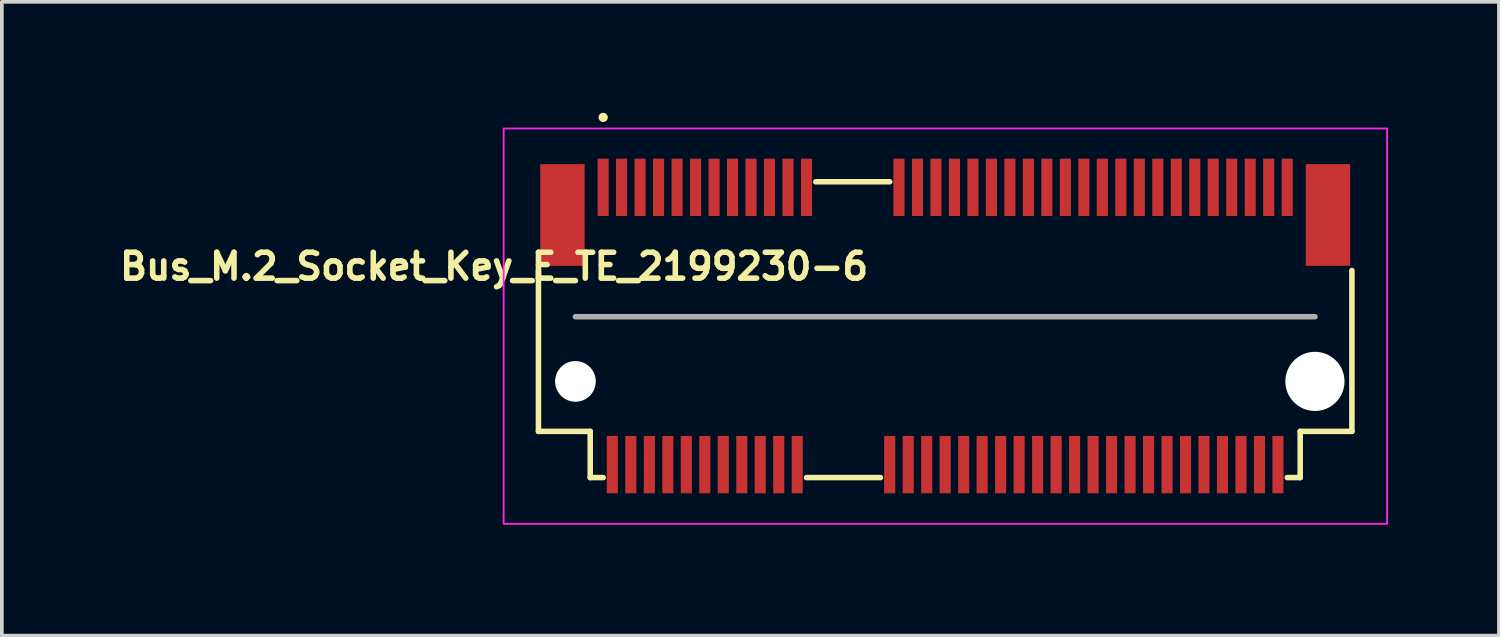
<source format=kicad_pcb>
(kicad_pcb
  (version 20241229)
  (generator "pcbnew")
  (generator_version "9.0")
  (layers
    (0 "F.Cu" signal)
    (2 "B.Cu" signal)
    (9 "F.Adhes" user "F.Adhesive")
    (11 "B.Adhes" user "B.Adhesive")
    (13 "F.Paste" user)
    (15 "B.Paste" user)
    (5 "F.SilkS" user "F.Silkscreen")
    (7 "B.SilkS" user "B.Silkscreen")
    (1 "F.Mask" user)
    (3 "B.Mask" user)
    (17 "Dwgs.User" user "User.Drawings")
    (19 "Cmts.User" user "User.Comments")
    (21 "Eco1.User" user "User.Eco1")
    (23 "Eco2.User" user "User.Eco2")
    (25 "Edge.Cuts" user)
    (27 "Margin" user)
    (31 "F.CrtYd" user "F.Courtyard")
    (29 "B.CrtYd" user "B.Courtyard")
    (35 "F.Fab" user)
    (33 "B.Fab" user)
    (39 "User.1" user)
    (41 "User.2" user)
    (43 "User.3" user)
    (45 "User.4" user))
  (footprint "Bus_M.2_Socket_Key_E_TE_2199230-6"
    (layer "F.Cu")
    (at 22.51 5.765)
    (property "Reference" "Bus_M.2_Socket_Key_E_TE_2199230-6" (at -2 -1.2 180) (layer "F.SilkS") (effects (font (size 0.7 0.7) (thickness 0.15)) (justify right bottom)))
    (attr smd)
    (fp_line (start -10.999 2.85) (end -10.999 -1.5) (stroke (width 0.15) (type solid)) (layer "F.SilkS"))
    (fp_line (start -9.599 2.85) (end -10.999 2.85) (stroke (width 0.15) (type solid)) (layer "F.SilkS"))
    (fp_line (start -9.599 2.85) (end -9.599 4.1) (stroke (width 0.15) (type solid)) (layer "F.SilkS"))
    (fp_line (start -9.599 4.1) (end -9.249 4.1) (stroke (width 0.15) (type solid)) (layer "F.SilkS"))
    (fp_line (start -3.75 4.1) (end -1.75 4.1) (stroke (width 0.15) (type solid)) (layer "F.SilkS"))
    (fp_line (start -3.499 -3.899) (end -1.499 -3.899) (stroke (width 0.15) (type solid)) (layer "F.SilkS"))
    (fp_line (start 9.251 4.1) (end 9.601 4.1) (stroke (width 0.15) (type solid)) (layer "F.SilkS"))
    (fp_line (start 9.601 4.1) (end 9.601 2.85) (stroke (width 0.15) (type solid)) (layer "F.SilkS"))
    (fp_line (start 10.999 -1.5) (end 10.999 2.85) (stroke (width 0.15) (type solid)) (layer "F.SilkS"))
    (fp_line (start 10.999 2.85) (end 9.601 2.85) (stroke (width 0.15) (type solid)) (layer "F.SilkS"))
    (fp_circle (center -9.249 -5.64) (end -9.199 -5.64) (stroke (width 0.15) (type solid)) (fill yes) (layer "F.SilkS"))
    (fp_rect (start -11.94 -5.34) (end 11.95 5.35) (stroke (width 0.05) (type solid)) (fill no) (layer "F.CrtYd"))
    (fp_line (start -9.999 -0.25) (end 9.999 -0.25) (stroke (width 0.15) (type solid)) (layer "F.Fab"))
    (fp_rect (start -10.949 -4.349) (end 10.95 4.35) (stroke (width 0.1) (type solid)) (fill no) (layer "User.5"))
    (fp_line (start -10.949 -3.749) (end -10.949 1.749) (stroke (width 0.02) (type solid)) (layer "User.9"))
    (fp_line (start -10.949 -3.749) (end 10.95 -3.749) (stroke (width 0.02) (type solid)) (layer "User.9"))
    (fp_line (start -10.949 2.183) (end -10.949 1.749) (stroke (width 0.02) (type solid)) (layer "User.9"))
    (fp_line (start -10.949 2.183) (end -10.949 2.183) (stroke (width 0.02) (type solid)) (layer "User.9"))
    (fp_line (start -10.949 2.374) (end -10.949 2.183) (stroke (width 0.02) (type solid)) (layer "User.9"))
    (fp_line (start -10.949 2.374) (end -10.949 2.374) (stroke (width 0.02) (type solid)) (layer "User.9"))
    (fp_line (start -10.949 2.457) (end -10.949 2.374) (stroke (width 0.02) (type solid)) (layer "User.9"))
    (fp_line (start -10.949 2.457) (end -10.949 2.457) (stroke (width 0.02) (type solid)) (layer "User.9"))
    (fp_line (start -10.949 2.531) (end -10.949 2.457) (stroke (width 0.02) (type solid)) (layer "User.9"))
    (fp_line (start -10.949 2.531) (end -10.949 2.531) (stroke (width 0.02) (type solid)) (layer "User.9"))
    (fp_line (start -10.949 2.595) (end -10.949 2.531) (stroke (width 0.02) (type solid)) (layer "User.9"))
    (fp_line (start -10.949 2.595) (end -10.949 2.595) (stroke (width 0.02) (type solid)) (layer "User.9"))
    (fp_line (start -10.949 2.651) (end -10.949 2.595) (stroke (width 0.02) (type solid)) (layer "User.9"))
    (fp_line (start -10.949 2.651) (end -10.949 2.651) (stroke (width 0.02) (type solid)) (layer "User.9"))
    (fp_line (start -10.949 2.693) (end -10.949 2.651) (stroke (width 0.02) (type solid)) (layer "User.9"))
    (fp_line (start -10.949 2.693) (end -10.949 2.693) (stroke (width 0.02) (type solid)) (layer "User.9"))
    (fp_line (start -10.949 2.725) (end -10.949 2.693) (stroke (width 0.02) (type solid)) (layer "User.9"))
    (fp_line (start -10.949 2.725) (end -10.949 2.725) (stroke (width 0.02) (type solid)) (layer "User.9"))
    (fp_line (start -10.949 2.744) (end -10.949 2.725) (stroke (width 0.02) (type solid)) (layer "User.9"))
    (fp_line (start -10.949 2.744) (end -10.949 2.744) (stroke (width 0.02) (type solid)) (layer "User.9"))
    (fp_line (start -10.949 2.749) (end -10.949 2.744) (stroke (width 0.02) (type solid)) (layer "User.9"))
    (fp_line (start -10.949 2.749) (end -10.574 2.749) (stroke (width 0.02) (type solid)) (layer "User.9"))
    (fp_line (start -10.574 1.749) (end -2.674 1.749) (stroke (width 0.02) (type solid)) (layer "User.9"))
    (fp_line (start -10.574 2.749) (end -10.55 2.749) (stroke (width 0.02) (type solid)) (layer "User.9"))
    (fp_line (start -10.55 2.749) (end -10.525 2.747) (stroke (width 0.02) (type solid)) (layer "User.9"))
    (fp_line (start -10.525 2.747) (end -10.501 2.744) (stroke (width 0.02) (type solid)) (layer "User.9"))
    (fp_line (start -10.501 2.744) (end -10.477 2.741) (stroke (width 0.02) (type solid)) (layer "User.9"))
    (fp_line (start -10.477 2.741) (end -10.453 2.733) (stroke (width 0.02) (type solid)) (layer "User.9"))
    (fp_line (start -10.453 2.733) (end -10.429 2.728) (stroke (width 0.02) (type solid)) (layer "User.9"))
    (fp_line (start -10.429 2.728) (end -10.407 2.72) (stroke (width 0.02) (type solid)) (layer "User.9"))
    (fp_line (start -10.407 2.72) (end -10.384 2.712) (stroke (width 0.02) (type solid)) (layer "User.9"))
    (fp_line (start -10.384 2.712) (end -10.362 2.701) (stroke (width 0.02) (type solid)) (layer "User.9"))
    (fp_line (start -10.362 2.701) (end -10.34 2.691) (stroke (width 0.02) (type solid)) (layer "User.9"))
    (fp_line (start -10.34 2.691) (end -10.318 2.68) (stroke (width 0.02) (type solid)) (layer "User.9"))
    (fp_line (start -10.318 2.68) (end -10.298 2.664) (stroke (width 0.02) (type solid)) (layer "User.9"))
    (fp_line (start -10.298 2.664) (end -10.278 2.651) (stroke (width 0.02) (type solid)) (layer "User.9"))
    (fp_line (start -10.278 2.651) (end -10.259 2.635) (stroke (width 0.02) (type solid)) (layer "User.9"))
    (fp_line (start -10.259 2.635) (end -10.239 2.619) (stroke (width 0.02) (type solid)) (layer "User.9"))
    (fp_line (start -10.239 2.619) (end -10.221 2.603) (stroke (width 0.02) (type solid)) (layer "User.9"))
    (fp_line (start -10.221 2.603) (end -10.221 2.603) (stroke (width 0.02) (type solid)) (layer "User.9"))
    (fp_line (start -10.221 2.603) (end -10.205 2.584) (stroke (width 0.02) (type solid)) (layer "User.9"))
    (fp_line (start -10.205 2.584) (end -10.189 2.566) (stroke (width 0.02) (type solid)) (layer "User.9"))
    (fp_line (start -10.189 2.566) (end -10.174 2.547) (stroke (width 0.02) (type solid)) (layer "User.9"))
    (fp_line (start -10.174 2.547) (end -10.16 2.528) (stroke (width 0.02) (type solid)) (layer "User.9"))
    (fp_line (start -10.16 2.528) (end -10.145 2.507) (stroke (width 0.02) (type solid)) (layer "User.9"))
    (fp_line (start -10.145 2.507) (end -10.133 2.486) (stroke (width 0.02) (type solid)) (layer "User.9"))
    (fp_line (start -10.133 2.486) (end -10.122 2.462) (stroke (width 0.02) (type solid)) (layer "User.9"))
    (fp_line (start -10.122 2.462) (end -10.113 2.441) (stroke (width 0.02) (type solid)) (layer "User.9"))
    (fp_line (start -10.113 2.441) (end -10.104 2.419) (stroke (width 0.02) (type solid)) (layer "User.9"))
    (fp_line (start -10.104 2.419) (end -10.096 2.395) (stroke (width 0.02) (type solid)) (layer "User.9"))
    (fp_line (start -10.096 2.395) (end -10.09 2.372) (stroke (width 0.02) (type solid)) (layer "User.9"))
    (fp_line (start -10.09 2.372) (end -10.084 2.348) (stroke (width 0.02) (type solid)) (layer "User.9"))
    (fp_line (start -10.084 2.348) (end -10.081 2.324) (stroke (width 0.02) (type solid)) (layer "User.9"))
    (fp_line (start -10.081 2.324) (end -10.078 2.3) (stroke (width 0.02) (type solid)) (layer "User.9"))
    (fp_line (start -10.078 2.3) (end -10.076 2.273) (stroke (width 0.02) (type solid)) (layer "User.9"))
    (fp_line (start -10.076 2.273) (end -10.075 2.249) (stroke (width 0.02) (type solid)) (layer "User.9"))
    (fp_line (start -10.075 2.103) (end -10.075 1.749) (stroke (width 0.02) (type solid)) (layer "User.9"))
    (fp_line (start -10.075 2.103) (end -10.075 2.103) (stroke (width 0.02) (type solid)) (layer "User.9"))
    (fp_line (start -10.075 2.249) (end -10.075 2.103) (stroke (width 0.02) (type solid)) (layer "User.9"))
    (fp_line (start -9.55 -3.22) (end -8.95 -3.22) (stroke (width 0.02) (type solid)) (layer "User.9"))
    (fp_line (start -9.499 1.749) (end -9.499 3.999) (stroke (width 0.02) (type solid)) (layer "User.9"))
    (fp_line (start -9.499 2.749) (end -10.574 2.749) (stroke (width 0.02) (type solid)) (layer "User.9"))
    (fp_line (start -9.499 3.999) (end -3.655 3.999) (stroke (width 0.02) (type solid)) (layer "User.9"))
    (fp_line (start -9.324 -4.349) (end -9.324 -3.85) (stroke (width 0.02) (type solid)) (layer "User.9"))
    (fp_line (start -9.324 -4.349) (end -9.176 -4.349) (stroke (width 0.02) (type solid)) (layer "User.9"))
    (fp_line (start -9.324 -3.85) (end -9.324 -3.749) (stroke (width 0.02) (type solid)) (layer "User.9"))
    (fp_line (start -9.249 -3.74) (end -9.55 -3.22) (stroke (width 0.02) (type solid)) (layer "User.9"))
    (fp_line (start -9.176 -4.349) (end -9.176 -3.85) (stroke (width 0.02) (type solid)) (layer "User.9"))
    (fp_line (start -9.176 -3.85) (end -9.176 -3.749) (stroke (width 0.02) (type solid)) (layer "User.9"))
    (fp_line (start -9.094 2.252) (end -9.074 1.981) (stroke (width 0.02) (type solid)) (layer "User.9"))
    (fp_line (start -9.094 2.252) (end -8.906 2.252) (stroke (width 0.02) (type solid)) (layer "User.9"))
    (fp_line (start -9.074 1.749) (end -9.074 1.797) (stroke (width 0.02) (type solid)) (layer "User.9"))
    (fp_line (start -9.074 1.903) (end -9.074 1.797) (stroke (width 0.02) (type solid)) (layer "User.9"))
    (fp_line (start -9.074 1.903) (end -9.074 1.981) (stroke (width 0.02) (type solid)) (layer "User.9"))
    (fp_line (start -9.074 3.999) (end -9.074 4.35) (stroke (width 0.02) (type solid)) (layer "User.9"))
    (fp_line (start -9.074 4.35) (end -8.925 4.35) (stroke (width 0.02) (type solid)) (layer "User.9"))
    (fp_line (start -8.95 -3.22) (end -9.249 -3.74) (stroke (width 0.02) (type solid)) (layer "User.9"))
    (fp_line (start -8.925 1.749) (end -8.925 1.797) (stroke (width 0.02) (type solid)) (layer "User.9"))
    (fp_line (start -8.925 1.903) (end -8.925 1.797) (stroke (width 0.02) (type solid)) (layer "User.9"))
    (fp_line (start -8.925 1.903) (end -8.925 1.981) (stroke (width 0.02) (type solid)) (layer "User.9"))
    (fp_line (start -8.925 3.999) (end -8.925 4.35) (stroke (width 0.02) (type solid)) (layer "User.9"))
    (fp_line (start -8.906 2.252) (end -8.925 1.981) (stroke (width 0.02) (type solid)) (layer "User.9"))
    (fp_line (start -8.825 -4.349) (end -8.825 -3.85) (stroke (width 0.02) (type solid)) (layer "User.9"))
    (fp_line (start -8.825 -4.349) (end -8.675 -4.349) (stroke (width 0.02) (type solid)) (layer "User.9"))
    (fp_line (start -8.825 -3.85) (end -8.825 -3.749) (stroke (width 0.02) (type solid)) (layer "User.9"))
    (fp_line (start -8.675 -4.349) (end -8.675 -3.85) (stroke (width 0.02) (type solid)) (layer "User.9"))
    (fp_line (start -8.675 -3.85) (end -8.675 -3.749) (stroke (width 0.02) (type solid)) (layer "User.9"))
    (fp_line (start -8.593 2.252) (end -8.574 1.981) (stroke (width 0.02) (type solid)) (layer "User.9"))
    (fp_line (start -8.593 2.252) (end -8.407 2.252) (stroke (width 0.02) (type solid)) (layer "User.9"))
    (fp_line (start -8.574 1.749) (end -8.574 1.797) (stroke (width 0.02) (type solid)) (layer "User.9"))
    (fp_line (start -8.574 1.903) (end -8.574 1.797) (stroke (width 0.02) (type solid)) (layer "User.9"))
    (fp_line (start -8.574 1.903) (end -8.574 1.981) (stroke (width 0.02) (type solid)) (layer "User.9"))
    (fp_line (start -8.574 3.999) (end -8.574 4.35) (stroke (width 0.02) (type solid)) (layer "User.9"))
    (fp_line (start -8.574 4.35) (end -8.425 4.35) (stroke (width 0.02) (type solid)) (layer "User.9"))
    (fp_line (start -8.425 1.749) (end -8.425 1.797) (stroke (width 0.02) (type solid)) (layer "User.9"))
    (fp_line (start -8.425 1.903) (end -8.425 1.797) (stroke (width 0.02) (type solid)) (layer "User.9"))
    (fp_line (start -8.425 1.903) (end -8.425 1.981) (stroke (width 0.02) (type solid)) (layer "User.9"))
    (fp_line (start -8.425 3.999) (end -8.425 4.35) (stroke (width 0.02) (type solid)) (layer "User.9"))
    (fp_line (start -8.407 2.252) (end -8.425 1.981) (stroke (width 0.02) (type solid)) (layer "User.9"))
    (fp_line (start -8.324 -4.349) (end -8.324 -3.85) (stroke (width 0.02) (type solid)) (layer "User.9"))
    (fp_line (start -8.324 -4.349) (end -8.175 -4.349) (stroke (width 0.02) (type solid)) (layer "User.9"))
    (fp_line (start -8.324 -3.85) (end -8.324 -3.749) (stroke (width 0.02) (type solid)) (layer "User.9"))
    (fp_line (start -8.175 -4.349) (end -8.175 -3.85) (stroke (width 0.02) (type solid)) (layer "User.9"))
    (fp_line (start -8.175 -3.85) (end -8.175 -3.749) (stroke (width 0.02) (type solid)) (layer "User.9"))
    (fp_line (start -8.093 2.252) (end -8.074 1.981) (stroke (width 0.02) (type solid)) (layer "User.9"))
    (fp_line (start -8.093 2.252) (end -7.907 2.252) (stroke (width 0.02) (type solid)) (layer "User.9"))
    (fp_line (start -8.074 1.749) (end -8.074 1.797) (stroke (width 0.02) (type solid)) (layer "User.9"))
    (fp_line (start -8.074 1.903) (end -8.074 1.797) (stroke (width 0.02) (type solid)) (layer "User.9"))
    (fp_line (start -8.074 1.903) (end -8.074 1.981) (stroke (width 0.02) (type solid)) (layer "User.9"))
    (fp_line (start -8.074 3.999) (end -8.074 4.35) (stroke (width 0.02) (type solid)) (layer "User.9"))
    (fp_line (start -8.074 4.35) (end -7.925 4.35) (stroke (width 0.02) (type solid)) (layer "User.9"))
    (fp_line (start -7.925 1.749) (end -7.925 1.797) (stroke (width 0.02) (type solid)) (layer "User.9"))
    (fp_line (start -7.925 1.903) (end -7.925 1.797) (stroke (width 0.02) (type solid)) (layer "User.9"))
    (fp_line (start -7.925 1.903) (end -7.925 1.981) (stroke (width 0.02) (type solid)) (layer "User.9"))
    (fp_line (start -7.925 3.999) (end -7.925 4.35) (stroke (width 0.02) (type solid)) (layer "User.9"))
    (fp_line (start -7.907 2.252) (end -7.925 1.981) (stroke (width 0.02) (type solid)) (layer "User.9"))
    (fp_line (start -7.826 -4.349) (end -7.826 -3.85) (stroke (width 0.02) (type solid)) (layer "User.9"))
    (fp_line (start -7.826 -4.349) (end -7.675 -4.349) (stroke (width 0.02) (type solid)) (layer "User.9"))
    (fp_line (start -7.826 -3.85) (end -7.826 -3.749) (stroke (width 0.02) (type solid)) (layer "User.9"))
    (fp_line (start -7.675 -4.349) (end -7.675 -3.85) (stroke (width 0.02) (type solid)) (layer "User.9"))
    (fp_line (start -7.675 -3.85) (end -7.675 -3.749) (stroke (width 0.02) (type solid)) (layer "User.9"))
    (fp_line (start -7.593 2.252) (end -7.576 1.981) (stroke (width 0.02) (type solid)) (layer "User.9"))
    (fp_line (start -7.593 2.252) (end -7.407 2.252) (stroke (width 0.02) (type solid)) (layer "User.9"))
    (fp_line (start -7.576 1.749) (end -7.576 1.797) (stroke (width 0.02) (type solid)) (layer "User.9"))
    (fp_line (start -7.576 1.903) (end -7.576 1.797) (stroke (width 0.02) (type solid)) (layer "User.9"))
    (fp_line (start -7.576 1.903) (end -7.576 1.981) (stroke (width 0.02) (type solid)) (layer "User.9"))
    (fp_line (start -7.576 3.999) (end -7.576 4.35) (stroke (width 0.02) (type solid)) (layer "User.9"))
    (fp_line (start -7.576 4.35) (end -7.425 4.35) (stroke (width 0.02) (type solid)) (layer "User.9"))
    (fp_line (start -7.425 1.749) (end -7.425 1.797) (stroke (width 0.02) (type solid)) (layer "User.9"))
    (fp_line (start -7.425 1.903) (end -7.425 1.797) (stroke (width 0.02) (type solid)) (layer "User.9"))
    (fp_line (start -7.425 1.903) (end -7.425 1.981) (stroke (width 0.02) (type solid)) (layer "User.9"))
    (fp_line (start -7.425 3.999) (end -7.425 4.35) (stroke (width 0.02) (type solid)) (layer "User.9"))
    (fp_line (start -7.407 2.252) (end -7.425 1.981) (stroke (width 0.02) (type solid)) (layer "User.9"))
    (fp_line (start -7.326 -4.349) (end -7.326 -3.85) (stroke (width 0.02) (type solid)) (layer "User.9"))
    (fp_line (start -7.326 -4.349) (end -7.174 -4.349) (stroke (width 0.02) (type solid)) (layer "User.9"))
    (fp_line (start -7.326 -3.85) (end -7.326 -3.749) (stroke (width 0.02) (type solid)) (layer "User.9"))
    (fp_line (start -7.174 -4.349) (end -7.174 -3.85) (stroke (width 0.02) (type solid)) (layer "User.9"))
    (fp_line (start -7.174 -3.85) (end -7.174 -3.749) (stroke (width 0.02) (type solid)) (layer "User.9"))
    (fp_line (start -7.093 2.252) (end -7.076 1.981) (stroke (width 0.02) (type solid)) (layer "User.9"))
    (fp_line (start -7.093 2.252) (end -6.907 2.252) (stroke (width 0.02) (type solid)) (layer "User.9"))
    (fp_line (start -7.076 1.749) (end -7.076 1.797) (stroke (width 0.02) (type solid)) (layer "User.9"))
    (fp_line (start -7.076 1.903) (end -7.076 1.797) (stroke (width 0.02) (type solid)) (layer "User.9"))
    (fp_line (start -7.076 1.903) (end -7.076 1.981) (stroke (width 0.02) (type solid)) (layer "User.9"))
    (fp_line (start -7.076 3.999) (end -7.076 4.35) (stroke (width 0.02) (type solid)) (layer "User.9"))
    (fp_line (start -7.076 4.35) (end -6.924 4.35) (stroke (width 0.02) (type solid)) (layer "User.9"))
    (fp_line (start -6.924 1.749) (end -6.924 1.797) (stroke (width 0.02) (type solid)) (layer "User.9"))
    (fp_line (start -6.924 1.903) (end -6.924 1.797) (stroke (width 0.02) (type solid)) (layer "User.9"))
    (fp_line (start -6.924 1.903) (end -6.924 1.981) (stroke (width 0.02) (type solid)) (layer "User.9"))
    (fp_line (start -6.924 3.999) (end -6.924 4.35) (stroke (width 0.02) (type solid)) (layer "User.9"))
    (fp_line (start -6.907 2.252) (end -6.924 1.981) (stroke (width 0.02) (type solid)) (layer "User.9"))
    (fp_line (start -6.826 -4.349) (end -6.826 -3.85) (stroke (width 0.02) (type solid)) (layer "User.9"))
    (fp_line (start -6.826 -4.349) (end -6.674 -4.349) (stroke (width 0.02) (type solid)) (layer "User.9"))
    (fp_line (start -6.826 -3.85) (end -6.826 -3.749) (stroke (width 0.02) (type solid)) (layer "User.9"))
    (fp_line (start -6.674 -4.349) (end -6.674 -3.85) (stroke (width 0.02) (type solid)) (layer "User.9"))
    (fp_line (start -6.674 -3.85) (end -6.674 -3.749) (stroke (width 0.02) (type solid)) (layer "User.9"))
    (fp_line (start -6.593 2.252) (end -6.576 1.981) (stroke (width 0.02) (type solid)) (layer "User.9"))
    (fp_line (start -6.593 2.252) (end -6.407 2.252) (stroke (width 0.02) (type solid)) (layer "User.9"))
    (fp_line (start -6.576 1.749) (end -6.576 1.797) (stroke (width 0.02) (type solid)) (layer "User.9"))
    (fp_line (start -6.576 1.903) (end -6.576 1.797) (stroke (width 0.02) (type solid)) (layer "User.9"))
    (fp_line (start -6.576 1.903) (end -6.576 1.981) (stroke (width 0.02) (type solid)) (layer "User.9"))
    (fp_line (start -6.576 3.999) (end -6.576 4.35) (stroke (width 0.02) (type solid)) (layer "User.9"))
    (fp_line (start -6.576 4.35) (end -6.424 4.35) (stroke (width 0.02) (type solid)) (layer "User.9"))
    (fp_line (start -6.424 1.749) (end -6.424 1.797) (stroke (width 0.02) (type solid)) (layer "User.9"))
    (fp_line (start -6.424 1.903) (end -6.424 1.797) (stroke (width 0.02) (type solid)) (layer "User.9"))
    (fp_line (start -6.424 1.903) (end -6.424 1.981) (stroke (width 0.02) (type solid)) (layer "User.9"))
    (fp_line (start -6.424 3.999) (end -6.424 4.35) (stroke (width 0.02) (type solid)) (layer "User.9"))
    (fp_line (start -6.407 2.252) (end -6.424 1.981) (stroke (width 0.02) (type solid)) (layer "User.9"))
    (fp_line (start -6.326 -4.349) (end -6.326 -3.85) (stroke (width 0.02) (type solid)) (layer "User.9"))
    (fp_line (start -6.326 -4.349) (end -6.174 -4.349) (stroke (width 0.02) (type solid)) (layer "User.9"))
    (fp_line (start -6.326 -3.85) (end -6.326 -3.749) (stroke (width 0.02) (type solid)) (layer "User.9"))
    (fp_line (start -6.174 -4.349) (end -6.174 -3.85) (stroke (width 0.02) (type solid)) (layer "User.9"))
    (fp_line (start -6.174 -3.85) (end -6.174 -3.749) (stroke (width 0.02) (type solid)) (layer "User.9"))
    (fp_line (start -6.093 2.252) (end -6.076 1.981) (stroke (width 0.02) (type solid)) (layer "User.9"))
    (fp_line (start -6.093 2.252) (end -5.907 2.252) (stroke (width 0.02) (type solid)) (layer "User.9"))
    (fp_line (start -6.076 1.749) (end -6.076 1.797) (stroke (width 0.02) (type solid)) (layer "User.9"))
    (fp_line (start -6.076 1.903) (end -6.076 1.797) (stroke (width 0.02) (type solid)) (layer "User.9"))
    (fp_line (start -6.076 1.903) (end -6.076 1.981) (stroke (width 0.02) (type solid)) (layer "User.9"))
    (fp_line (start -6.076 3.999) (end -6.076 4.35) (stroke (width 0.02) (type solid)) (layer "User.9"))
    (fp_line (start -6.076 4.35) (end -5.924 4.35) (stroke (width 0.02) (type solid)) (layer "User.9"))
    (fp_line (start -5.924 1.749) (end -5.924 1.797) (stroke (width 0.02) (type solid)) (layer "User.9"))
    (fp_line (start -5.924 1.903) (end -5.924 1.797) (stroke (width 0.02) (type solid)) (layer "User.9"))
    (fp_line (start -5.924 1.903) (end -5.924 1.981) (stroke (width 0.02) (type solid)) (layer "User.9"))
    (fp_line (start -5.924 3.999) (end -5.924 4.35) (stroke (width 0.02) (type solid)) (layer "User.9"))
    (fp_line (start -5.907 2.252) (end -5.924 1.981) (stroke (width 0.02) (type solid)) (layer "User.9"))
    (fp_line (start -5.826 -4.349) (end -5.826 -3.85) (stroke (width 0.02) (type solid)) (layer "User.9"))
    (fp_line (start -5.826 -4.349) (end -5.674 -4.349) (stroke (width 0.02) (type solid)) (layer "User.9"))
    (fp_line (start -5.826 -3.85) (end -5.826 -3.749) (stroke (width 0.02) (type solid)) (layer "User.9"))
    (fp_line (start -5.674 -4.349) (end -5.674 -3.85) (stroke (width 0.02) (type solid)) (layer "User.9"))
    (fp_line (start -5.674 -3.85) (end -5.674 -3.749) (stroke (width 0.02) (type solid)) (layer "User.9"))
    (fp_line (start -5.593 2.252) (end -5.576 1.981) (stroke (width 0.02) (type solid)) (layer "User.9"))
    (fp_line (start -5.593 2.252) (end -5.407 2.252) (stroke (width 0.02) (type solid)) (layer "User.9"))
    (fp_line (start -5.576 1.749) (end -5.576 1.797) (stroke (width 0.02) (type solid)) (layer "User.9"))
    (fp_line (start -5.576 1.903) (end -5.576 1.797) (stroke (width 0.02) (type solid)) (layer "User.9"))
    (fp_line (start -5.576 1.903) (end -5.576 1.981) (stroke (width 0.02) (type solid)) (layer "User.9"))
    (fp_line (start -5.576 3.999) (end -5.576 4.35) (stroke (width 0.02) (type solid)) (layer "User.9"))
    (fp_line (start -5.576 4.35) (end -5.424 4.35) (stroke (width 0.02) (type solid)) (layer "User.9"))
    (fp_line (start -5.424 1.749) (end -5.424 1.797) (stroke (width 0.02) (type solid)) (layer "User.9"))
    (fp_line (start -5.424 1.903) (end -5.424 1.797) (stroke (width 0.02) (type solid)) (layer "User.9"))
    (fp_line (start -5.424 1.903) (end -5.424 1.981) (stroke (width 0.02) (type solid)) (layer "User.9"))
    (fp_line (start -5.424 3.999) (end -5.424 4.35) (stroke (width 0.02) (type solid)) (layer "User.9"))
    (fp_line (start -5.407 2.252) (end -5.424 1.981) (stroke (width 0.02) (type solid)) (layer "User.9"))
    (fp_line (start -5.326 -4.349) (end -5.326 -3.85) (stroke (width 0.02) (type solid)) (layer "User.9"))
    (fp_line (start -5.326 -4.349) (end -5.174 -4.349) (stroke (width 0.02) (type solid)) (layer "User.9"))
    (fp_line (start -5.326 -3.85) (end -5.326 -3.749) (stroke (width 0.02) (type solid)) (layer "User.9"))
    (fp_line (start -5.174 -4.349) (end -5.174 -3.85) (stroke (width 0.02) (type solid)) (layer "User.9"))
    (fp_line (start -5.174 -3.85) (end -5.174 -3.749) (stroke (width 0.02) (type solid)) (layer "User.9"))
    (fp_line (start -5.094 2.252) (end -5.075 1.981) (stroke (width 0.02) (type solid)) (layer "User.9"))
    (fp_line (start -5.094 2.252) (end -4.907 2.252) (stroke (width 0.02) (type solid)) (layer "User.9"))
    (fp_line (start -5.075 1.749) (end -5.075 1.797) (stroke (width 0.02) (type solid)) (layer "User.9"))
    (fp_line (start -5.075 1.903) (end -5.075 1.797) (stroke (width 0.02) (type solid)) (layer "User.9"))
    (fp_line (start -5.075 1.903) (end -5.075 1.981) (stroke (width 0.02) (type solid)) (layer "User.9"))
    (fp_line (start -5.075 3.999) (end -5.075 4.35) (stroke (width 0.02) (type solid)) (layer "User.9"))
    (fp_line (start -5.075 4.35) (end -4.924 4.35) (stroke (width 0.02) (type solid)) (layer "User.9"))
    (fp_line (start -4.924 1.749) (end -4.924 1.797) (stroke (width 0.02) (type solid)) (layer "User.9"))
    (fp_line (start -4.924 1.903) (end -4.924 1.797) (stroke (width 0.02) (type solid)) (layer "User.9"))
    (fp_line (start -4.924 1.903) (end -4.924 1.981) (stroke (width 0.02) (type solid)) (layer "User.9"))
    (fp_line (start -4.924 3.999) (end -4.924 4.35) (stroke (width 0.02) (type solid)) (layer "User.9"))
    (fp_line (start -4.907 2.252) (end -4.924 1.981) (stroke (width 0.02) (type solid)) (layer "User.9"))
    (fp_line (start -4.825 -4.349) (end -4.825 -3.85) (stroke (width 0.02) (type solid)) (layer "User.9"))
    (fp_line (start -4.825 -4.349) (end -4.674 -4.349) (stroke (width 0.02) (type solid)) (layer "User.9"))
    (fp_line (start -4.825 -3.85) (end -4.825 -3.749) (stroke (width 0.02) (type solid)) (layer "User.9"))
    (fp_line (start -4.674 -4.349) (end -4.674 -3.85) (stroke (width 0.02) (type solid)) (layer "User.9"))
    (fp_line (start -4.674 -3.85) (end -4.674 -3.749) (stroke (width 0.02) (type solid)) (layer "User.9"))
    (fp_line (start -4.594 2.252) (end -4.575 1.981) (stroke (width 0.02) (type solid)) (layer "User.9"))
    (fp_line (start -4.594 2.252) (end -4.407 2.252) (stroke (width 0.02) (type solid)) (layer "User.9"))
    (fp_line (start -4.575 1.749) (end -4.575 1.797) (stroke (width 0.02) (type solid)) (layer "User.9"))
    (fp_line (start -4.575 1.903) (end -4.575 1.797) (stroke (width 0.02) (type solid)) (layer "User.9"))
    (fp_line (start -4.575 1.903) (end -4.575 1.981) (stroke (width 0.02) (type solid)) (layer "User.9"))
    (fp_line (start -4.575 3.999) (end -4.575 4.35) (stroke (width 0.02) (type solid)) (layer "User.9"))
    (fp_line (start -4.575 4.35) (end -4.424 4.35) (stroke (width 0.02) (type solid)) (layer "User.9"))
    (fp_line (start -4.424 1.749) (end -4.424 1.797) (stroke (width 0.02) (type solid)) (layer "User.9"))
    (fp_line (start -4.424 1.903) (end -4.424 1.797) (stroke (width 0.02) (type solid)) (layer "User.9"))
    (fp_line (start -4.424 1.903) (end -4.424 1.981) (stroke (width 0.02) (type solid)) (layer "User.9"))
    (fp_line (start -4.424 3.999) (end -4.424 4.35) (stroke (width 0.02) (type solid)) (layer "User.9"))
    (fp_line (start -4.407 2.252) (end -4.424 1.981) (stroke (width 0.02) (type solid)) (layer "User.9"))
    (fp_line (start -4.325 -4.349) (end -4.325 -3.85) (stroke (width 0.02) (type solid)) (layer "User.9"))
    (fp_line (start -4.325 -4.349) (end -4.174 -4.349) (stroke (width 0.02) (type solid)) (layer "User.9"))
    (fp_line (start -4.325 -3.85) (end -4.325 -3.749) (stroke (width 0.02) (type solid)) (layer "User.9"))
    (fp_line (start -4.174 -4.349) (end -4.174 -3.85) (stroke (width 0.02) (type solid)) (layer "User.9"))
    (fp_line (start -4.174 -3.85) (end -4.174 -3.749) (stroke (width 0.02) (type solid)) (layer "User.9"))
    (fp_line (start -4.094 2.252) (end -4.075 1.981) (stroke (width 0.02) (type solid)) (layer "User.9"))
    (fp_line (start -4.094 2.252) (end -3.907 2.252) (stroke (width 0.02) (type solid)) (layer "User.9"))
    (fp_line (start -4.075 1.749) (end -4.075 1.797) (stroke (width 0.02) (type solid)) (layer "User.9"))
    (fp_line (start -4.075 1.903) (end -4.075 1.797) (stroke (width 0.02) (type solid)) (layer "User.9"))
    (fp_line (start -4.075 1.903) (end -4.075 1.981) (stroke (width 0.02) (type solid)) (layer "User.9"))
    (fp_line (start -4.075 3.999) (end -4.075 4.35) (stroke (width 0.02) (type solid)) (layer "User.9"))
    (fp_line (start -4.075 4.35) (end -3.924 4.35) (stroke (width 0.02) (type solid)) (layer "User.9"))
    (fp_line (start -3.924 1.749) (end -3.924 1.797) (stroke (width 0.02) (type solid)) (layer "User.9"))
    (fp_line (start -3.924 1.903) (end -3.924 1.797) (stroke (width 0.02) (type solid)) (layer "User.9"))
    (fp_line (start -3.924 1.903) (end -3.924 1.981) (stroke (width 0.02) (type solid)) (layer "User.9"))
    (fp_line (start -3.924 3.999) (end -3.924 4.35) (stroke (width 0.02) (type solid)) (layer "User.9"))
    (fp_line (start -3.907 2.252) (end -3.924 1.981) (stroke (width 0.02) (type solid)) (layer "User.9"))
    (fp_line (start -3.825 -4.349) (end -3.825 -3.85) (stroke (width 0.02) (type solid)) (layer "User.9"))
    (fp_line (start -3.825 -4.349) (end -3.674 -4.349) (stroke (width 0.02) (type solid)) (layer "User.9"))
    (fp_line (start -3.825 -3.85) (end -3.825 -3.749) (stroke (width 0.02) (type solid)) (layer "User.9"))
    (fp_line (start -3.674 -4.349) (end -3.674 -3.85) (stroke (width 0.02) (type solid)) (layer "User.9"))
    (fp_line (start -3.674 -3.85) (end -3.674 -3.749) (stroke (width 0.02) (type solid)) (layer "User.9"))
    (fp_line (start -3.655 1.749) (end -3.655 3.999) (stroke (width 0.02) (type solid)) (layer "User.9"))
    (fp_line (start -3.655 3.999) (end -3.546 3.999) (stroke (width 0.02) (type solid)) (layer "User.9"))
    (fp_line (start -3.546 3.749) (end -3.546 3.999) (stroke (width 0.02) (type solid)) (layer "User.9"))
    (fp_line (start -3.546 3.749) (end -1.955 3.749) (stroke (width 0.02) (type solid)) (layer "User.9"))
    (fp_line (start -3.174 2.103) (end -3.174 1.749) (stroke (width 0.02) (type solid)) (layer "User.9"))
    (fp_line (start -3.174 2.103) (end -3.174 2.103) (stroke (width 0.02) (type solid)) (layer "User.9"))
    (fp_line (start -3.174 2.249) (end -3.174 2.103) (stroke (width 0.02) (type solid)) (layer "User.9"))
    (fp_line (start -3.174 2.249) (end -3.174 2.273) (stroke (width 0.02) (type solid)) (layer "User.9"))
    (fp_line (start -3.174 2.273) (end -3.173 2.3) (stroke (width 0.02) (type solid)) (layer "User.9"))
    (fp_line (start -3.173 2.3) (end -3.17 2.324) (stroke (width 0.02) (type solid)) (layer "User.9"))
    (fp_line (start -3.17 2.324) (end -3.165 2.348) (stroke (width 0.02) (type solid)) (layer "User.9"))
    (fp_line (start -3.165 2.348) (end -3.16 2.372) (stroke (width 0.02) (type solid)) (layer "User.9"))
    (fp_line (start -3.16 2.372) (end -3.154 2.395) (stroke (width 0.02) (type solid)) (layer "User.9"))
    (fp_line (start -3.154 2.395) (end -3.146 2.419) (stroke (width 0.02) (type solid)) (layer "User.9"))
    (fp_line (start -3.146 2.419) (end -3.136 2.441) (stroke (width 0.02) (type solid)) (layer "User.9"))
    (fp_line (start -3.136 2.441) (end -3.128 2.462) (stroke (width 0.02) (type solid)) (layer "User.9"))
    (fp_line (start -3.128 2.462) (end -3.117 2.486) (stroke (width 0.02) (type solid)) (layer "User.9"))
    (fp_line (start -3.117 2.486) (end -3.104 2.507) (stroke (width 0.02) (type solid)) (layer "User.9"))
    (fp_line (start -3.104 2.507) (end -3.091 2.528) (stroke (width 0.02) (type solid)) (layer "User.9"))
    (fp_line (start -3.091 2.528) (end -3.077 2.547) (stroke (width 0.02) (type solid)) (layer "User.9"))
    (fp_line (start -3.077 2.547) (end -3.062 2.566) (stroke (width 0.02) (type solid)) (layer "User.9"))
    (fp_line (start -3.062 2.566) (end -3.046 2.584) (stroke (width 0.02) (type solid)) (layer "User.9"))
    (fp_line (start -3.046 2.584) (end -3.029 2.603) (stroke (width 0.02) (type solid)) (layer "User.9"))
    (fp_line (start -3.029 2.603) (end -3.029 2.603) (stroke (width 0.02) (type solid)) (layer "User.9"))
    (fp_line (start -3.029 2.603) (end -3.011 2.619) (stroke (width 0.02) (type solid)) (layer "User.9"))
    (fp_line (start -3.011 2.619) (end -2.992 2.635) (stroke (width 0.02) (type solid)) (layer "User.9"))
    (fp_line (start -2.992 2.635) (end -2.972 2.651) (stroke (width 0.02) (type solid)) (layer "User.9"))
    (fp_line (start -2.972 2.651) (end -2.953 2.664) (stroke (width 0.02) (type solid)) (layer "User.9"))
    (fp_line (start -2.953 2.664) (end -2.931 2.68) (stroke (width 0.02) (type solid)) (layer "User.9"))
    (fp_line (start -2.931 2.68) (end -2.91 2.691) (stroke (width 0.02) (type solid)) (layer "User.9"))
    (fp_line (start -2.91 2.691) (end -2.889 2.701) (stroke (width 0.02) (type solid)) (layer "User.9"))
    (fp_line (start -2.889 2.701) (end -2.867 2.712) (stroke (width 0.02) (type solid)) (layer "User.9"))
    (fp_line (start -2.867 2.712) (end -2.844 2.72) (stroke (width 0.02) (type solid)) (layer "User.9"))
    (fp_line (start -2.844 2.72) (end -2.82 2.728) (stroke (width 0.02) (type solid)) (layer "User.9"))
    (fp_line (start -2.82 2.728) (end -2.796 2.733) (stroke (width 0.02) (type solid)) (layer "User.9"))
    (fp_line (start -2.796 2.733) (end -2.774 2.741) (stroke (width 0.02) (type solid)) (layer "User.9"))
    (fp_line (start -2.774 2.741) (end -2.748 2.744) (stroke (width 0.02) (type solid)) (layer "User.9"))
    (fp_line (start -2.748 2.744) (end -2.724 2.747) (stroke (width 0.02) (type solid)) (layer "User.9"))
    (fp_line (start -2.724 2.747) (end -2.7 2.749) (stroke (width 0.02) (type solid)) (layer "User.9"))
    (fp_line (start -2.7 2.749) (end -2.674 2.749) (stroke (width 0.02) (type solid)) (layer "User.9"))
    (fp_line (start -2.674 2.749) (end -2.575 2.749) (stroke (width 0.02) (type solid)) (layer "User.9"))
    (fp_line (start -2.575 1.749) (end 10.575 1.749) (stroke (width 0.02) (type solid)) (layer "User.9"))
    (fp_line (start -2.551 2.749) (end -2.575 2.749) (stroke (width 0.02) (type solid)) (layer "User.9"))
    (fp_line (start -2.525 2.747) (end -2.551 2.749) (stroke (width 0.02) (type solid)) (layer "User.9"))
    (fp_line (start -2.501 2.744) (end -2.525 2.747) (stroke (width 0.02) (type solid)) (layer "User.9"))
    (fp_line (start -2.476 2.741) (end -2.501 2.744) (stroke (width 0.02) (type solid)) (layer "User.9"))
    (fp_line (start -2.453 2.733) (end -2.476 2.741) (stroke (width 0.02) (type solid)) (layer "User.9"))
    (fp_line (start -2.429 2.728) (end -2.453 2.733) (stroke (width 0.02) (type solid)) (layer "User.9"))
    (fp_line (start -2.407 2.72) (end -2.429 2.728) (stroke (width 0.02) (type solid)) (layer "User.9"))
    (fp_line (start -2.383 2.712) (end -2.407 2.72) (stroke (width 0.02) (type solid)) (layer "User.9"))
    (fp_line (start -2.362 2.701) (end -2.383 2.712) (stroke (width 0.02) (type solid)) (layer "User.9"))
    (fp_line (start -2.34 2.691) (end -2.362 2.701) (stroke (width 0.02) (type solid)) (layer "User.9"))
    (fp_line (start -2.319 2.68) (end -2.34 2.691) (stroke (width 0.02) (type solid)) (layer "User.9"))
    (fp_line (start -2.298 2.664) (end -2.319 2.68) (stroke (width 0.02) (type solid)) (layer "User.9"))
    (fp_line (start -2.277 2.651) (end -2.298 2.664) (stroke (width 0.02) (type solid)) (layer "User.9"))
    (fp_line (start -2.258 2.635) (end -2.277 2.651) (stroke (width 0.02) (type solid)) (layer "User.9"))
    (fp_line (start -2.24 2.619) (end -2.258 2.635) (stroke (width 0.02) (type solid)) (layer "User.9"))
    (fp_line (start -2.221 2.603) (end -2.24 2.619) (stroke (width 0.02) (type solid)) (layer "User.9"))
    (fp_line (start -2.221 2.603) (end -2.221 2.603) (stroke (width 0.02) (type solid)) (layer "User.9"))
    (fp_line (start -2.205 2.584) (end -2.221 2.603) (stroke (width 0.02) (type solid)) (layer "User.9"))
    (fp_line (start -2.189 2.566) (end -2.205 2.584) (stroke (width 0.02) (type solid)) (layer "User.9"))
    (fp_line (start -2.173 2.547) (end -2.189 2.566) (stroke (width 0.02) (type solid)) (layer "User.9"))
    (fp_line (start -2.16 2.528) (end -2.173 2.547) (stroke (width 0.02) (type solid)) (layer "User.9"))
    (fp_line (start -2.146 2.507) (end -2.16 2.528) (stroke (width 0.02) (type solid)) (layer "User.9"))
    (fp_line (start -2.133 2.486) (end -2.146 2.507) (stroke (width 0.02) (type solid)) (layer "User.9"))
    (fp_line (start -2.123 2.462) (end -2.133 2.486) (stroke (width 0.02) (type solid)) (layer "User.9"))
    (fp_line (start -2.114 2.441) (end -2.123 2.462) (stroke (width 0.02) (type solid)) (layer "User.9"))
    (fp_line (start -2.104 2.419) (end -2.114 2.441) (stroke (width 0.02) (type solid)) (layer "User.9"))
    (fp_line (start -2.096 2.395) (end -2.104 2.419) (stroke (width 0.02) (type solid)) (layer "User.9"))
    (fp_line (start -2.091 2.372) (end -2.096 2.395) (stroke (width 0.02) (type solid)) (layer "User.9"))
    (fp_line (start -2.085 2.348) (end -2.091 2.372) (stroke (width 0.02) (type solid)) (layer "User.9"))
    (fp_line (start -2.08 2.324) (end -2.085 2.348) (stroke (width 0.02) (type solid)) (layer "User.9"))
    (fp_line (start -2.078 2.3) (end -2.08 2.324) (stroke (width 0.02) (type solid)) (layer "User.9"))
    (fp_line (start -2.075 1.749) (end -2.075 2.103) (stroke (width 0.02) (type solid)) (layer "User.9"))
    (fp_line (start -2.075 2.103) (end -2.075 2.103) (stroke (width 0.02) (type solid)) (layer "User.9"))
    (fp_line (start -2.075 2.103) (end -2.075 2.249) (stroke (width 0.02) (type solid)) (layer "User.9"))
    (fp_line (start -2.075 2.249) (end -2.075 2.273) (stroke (width 0.02) (type solid)) (layer "User.9"))
    (fp_line (start -2.075 2.273) (end -2.078 2.3) (stroke (width 0.02) (type solid)) (layer "User.9"))
    (fp_line (start -1.955 3.749) (end -1.955 3.999) (stroke (width 0.02) (type solid)) (layer "User.9"))
    (fp_line (start -1.955 3.999) (end -1.844 3.999) (stroke (width 0.02) (type solid)) (layer "User.9"))
    (fp_line (start -1.844 1.749) (end -1.844 3.999) (stroke (width 0.02) (type solid)) (layer "User.9"))
    (fp_line (start -1.844 3.999) (end 9.499 3.999) (stroke (width 0.02) (type solid)) (layer "User.9"))
    (fp_line (start -1.593 2.252) (end -1.575 1.981) (stroke (width 0.02) (type solid)) (layer "User.9"))
    (fp_line (start -1.593 2.252) (end -1.407 2.252) (stroke (width 0.02) (type solid)) (layer "User.9"))
    (fp_line (start -1.575 1.749) (end -1.575 1.797) (stroke (width 0.02) (type solid)) (layer "User.9"))
    (fp_line (start -1.575 1.903) (end -1.575 1.797) (stroke (width 0.02) (type solid)) (layer "User.9"))
    (fp_line (start -1.575 1.903) (end -1.575 1.981) (stroke (width 0.02) (type solid)) (layer "User.9"))
    (fp_line (start -1.575 3.999) (end -1.575 4.35) (stroke (width 0.02) (type solid)) (layer "User.9"))
    (fp_line (start -1.575 4.35) (end -1.424 4.35) (stroke (width 0.02) (type solid)) (layer "User.9"))
    (fp_line (start -1.424 1.749) (end -1.424 1.797) (stroke (width 0.02) (type solid)) (layer "User.9"))
    (fp_line (start -1.424 1.903) (end -1.424 1.797) (stroke (width 0.02) (type solid)) (layer "User.9"))
    (fp_line (start -1.424 1.903) (end -1.424 1.981) (stroke (width 0.02) (type solid)) (layer "User.9"))
    (fp_line (start -1.424 3.999) (end -1.424 4.35) (stroke (width 0.02) (type solid)) (layer "User.9"))
    (fp_line (start -1.407 2.252) (end -1.424 1.981) (stroke (width 0.02) (type solid)) (layer "User.9"))
    (fp_line (start -1.325 -4.349) (end -1.325 -3.85) (stroke (width 0.02) (type solid)) (layer "User.9"))
    (fp_line (start -1.325 -4.349) (end -1.176 -4.349) (stroke (width 0.02) (type solid)) (layer "User.9"))
    (fp_line (start -1.325 -3.85) (end -1.325 -3.749) (stroke (width 0.02) (type solid)) (layer "User.9"))
    (fp_line (start -1.176 -4.349) (end -1.176 -3.85) (stroke (width 0.02) (type solid)) (layer "User.9"))
    (fp_line (start -1.176 -3.85) (end -1.176 -3.749) (stroke (width 0.02) (type solid)) (layer "User.9"))
    (fp_line (start -1.093 2.252) (end -1.073 1.981) (stroke (width 0.02) (type solid)) (layer "User.9"))
    (fp_line (start -1.093 2.252) (end -0.907 2.252) (stroke (width 0.02) (type solid)) (layer "User.9"))
    (fp_line (start -1.073 1.749) (end -1.073 1.797) (stroke (width 0.02) (type solid)) (layer "User.9"))
    (fp_line (start -1.073 1.903) (end -1.073 1.797) (stroke (width 0.02) (type solid)) (layer "User.9"))
    (fp_line (start -1.073 1.903) (end -1.073 1.981) (stroke (width 0.02) (type solid)) (layer "User.9"))
    (fp_line (start -1.073 3.999) (end -1.073 4.35) (stroke (width 0.02) (type solid)) (layer "User.9"))
    (fp_line (start -1.073 4.35) (end -0.926 4.35) (stroke (width 0.02) (type solid)) (layer "User.9"))
    (fp_line (start -0.926 1.749) (end -0.926 1.797) (stroke (width 0.02) (type solid)) (layer "User.9"))
    (fp_line (start -0.926 1.903) (end -0.926 1.797) (stroke (width 0.02) (type solid)) (layer "User.9"))
    (fp_line (start -0.926 1.903) (end -0.926 1.981) (stroke (width 0.02) (type solid)) (layer "User.9"))
    (fp_line (start -0.926 3.999) (end -0.926 4.35) (stroke (width 0.02) (type solid)) (layer "User.9"))
    (fp_line (start -0.907 2.252) (end -0.926 1.981) (stroke (width 0.02) (type solid)) (layer "User.9"))
    (fp_line (start -0.823 -4.349) (end -0.823 -3.85) (stroke (width 0.02) (type solid)) (layer "User.9"))
    (fp_line (start -0.823 -4.349) (end -0.676 -4.349) (stroke (width 0.02) (type solid)) (layer "User.9"))
    (fp_line (start -0.823 -3.85) (end -0.823 -3.749) (stroke (width 0.02) (type solid)) (layer "User.9"))
    (fp_line (start -0.676 -4.349) (end -0.676 -3.85) (stroke (width 0.02) (type solid)) (layer "User.9"))
    (fp_line (start -0.676 -3.85) (end -0.676 -3.749) (stroke (width 0.02) (type solid)) (layer "User.9"))
    (fp_line (start -0.593 2.252) (end -0.573 1.981) (stroke (width 0.02) (type solid)) (layer "User.9"))
    (fp_line (start -0.593 2.252) (end -0.407 2.252) (stroke (width 0.02) (type solid)) (layer "User.9"))
    (fp_line (start -0.573 1.749) (end -0.573 1.797) (stroke (width 0.02) (type solid)) (layer "User.9"))
    (fp_line (start -0.573 1.903) (end -0.573 1.797) (stroke (width 0.02) (type solid)) (layer "User.9"))
    (fp_line (start -0.573 1.903) (end -0.573 1.981) (stroke (width 0.02) (type solid)) (layer "User.9"))
    (fp_line (start -0.573 3.999) (end -0.573 4.35) (stroke (width 0.02) (type solid)) (layer "User.9"))
    (fp_line (start -0.573 4.35) (end -0.426 4.35) (stroke (width 0.02) (type solid)) (layer "User.9"))
    (fp_line (start -0.426 1.749) (end -0.426 1.797) (stroke (width 0.02) (type solid)) (layer "User.9"))
    (fp_line (start -0.426 1.903) (end -0.426 1.797) (stroke (width 0.02) (type solid)) (layer "User.9"))
    (fp_line (start -0.426 1.903) (end -0.426 1.981) (stroke (width 0.02) (type solid)) (layer "User.9"))
    (fp_line (start -0.426 3.999) (end -0.426 4.35) (stroke (width 0.02) (type solid)) (layer "User.9"))
    (fp_line (start -0.407 2.252) (end -0.426 1.981) (stroke (width 0.02) (type solid)) (layer "User.9"))
    (fp_line (start -0.323 -4.349) (end -0.323 -3.85) (stroke (width 0.02) (type solid)) (layer "User.9"))
    (fp_line (start -0.323 -4.349) (end -0.176 -4.349) (stroke (width 0.02) (type solid)) (layer "User.9"))
    (fp_line (start -0.323 -3.85) (end -0.323 -3.749) (stroke (width 0.02) (type solid)) (layer "User.9"))
    (fp_line (start -0.176 -4.349) (end -0.176 -3.85) (stroke (width 0.02) (type solid)) (layer "User.9"))
    (fp_line (start -0.176 -3.85) (end -0.176 -3.749) (stroke (width 0.02) (type solid)) (layer "User.9"))
    (fp_line (start -0.092 2.252) (end -0.073 1.981) (stroke (width 0.02) (type solid)) (layer "User.9"))
    (fp_line (start -0.092 2.252) (end 0.092 2.252) (stroke (width 0.02) (type solid)) (layer "User.9"))
    (fp_line (start -0.073 1.749) (end -0.073 1.797) (stroke (width 0.02) (type solid)) (layer "User.9"))
    (fp_line (start -0.073 1.903) (end -0.073 1.797) (stroke (width 0.02) (type solid)) (layer "User.9"))
    (fp_line (start -0.073 1.903) (end -0.073 1.981) (stroke (width 0.02) (type solid)) (layer "User.9"))
    (fp_line (start -0.073 3.999) (end -0.073 4.35) (stroke (width 0.02) (type solid)) (layer "User.9"))
    (fp_line (start -0.073 4.35) (end 0.073 4.35) (stroke (width 0.02) (type solid)) (layer "User.9"))
    (fp_line (start 0.073 1.749) (end 0.073 1.797) (stroke (width 0.02) (type solid)) (layer "User.9"))
    (fp_line (start 0.073 1.903) (end 0.073 1.797) (stroke (width 0.02) (type solid)) (layer "User.9"))
    (fp_line (start 0.073 1.903) (end 0.073 1.981) (stroke (width 0.02) (type solid)) (layer "User.9"))
    (fp_line (start 0.073 3.999) (end 0.073 4.35) (stroke (width 0.02) (type solid)) (layer "User.9"))
    (fp_line (start 0.092 2.252) (end 0.073 1.981) (stroke (width 0.02) (type solid)) (layer "User.9"))
    (fp_line (start 0.176 -4.349) (end 0.176 -3.85) (stroke (width 0.02) (type solid)) (layer "User.9"))
    (fp_line (start 0.176 -4.349) (end 0.323 -4.349) (stroke (width 0.02) (type solid)) (layer "User.9"))
    (fp_line (start 0.176 -3.85) (end 0.176 -3.749) (stroke (width 0.02) (type solid)) (layer "User.9"))
    (fp_line (start 0.323 -4.349) (end 0.323 -3.85) (stroke (width 0.02) (type solid)) (layer "User.9"))
    (fp_line (start 0.323 -3.85) (end 0.323 -3.749) (stroke (width 0.02) (type solid)) (layer "User.9"))
    (fp_line (start 0.407 2.252) (end 0.426 1.981) (stroke (width 0.02) (type solid)) (layer "User.9"))
    (fp_line (start 0.407 2.252) (end 0.593 2.252) (stroke (width 0.02) (type solid)) (layer "User.9"))
    (fp_line (start 0.426 1.749) (end 0.426 1.797) (stroke (width 0.02) (type solid)) (layer "User.9"))
    (fp_line (start 0.426 1.903) (end 0.426 1.797) (stroke (width 0.02) (type solid)) (layer "User.9"))
    (fp_line (start 0.426 1.903) (end 0.426 1.981) (stroke (width 0.02) (type solid)) (layer "User.9"))
    (fp_line (start 0.426 3.999) (end 0.426 4.35) (stroke (width 0.02) (type solid)) (layer "User.9"))
    (fp_line (start 0.426 4.35) (end 0.573 4.35) (stroke (width 0.02) (type solid)) (layer "User.9"))
    (fp_line (start 0.573 1.749) (end 0.573 1.797) (stroke (width 0.02) (type solid)) (layer "User.9"))
    (fp_line (start 0.573 1.903) (end 0.573 1.797) (stroke (width 0.02) (type solid)) (layer "User.9"))
    (fp_line (start 0.573 1.903) (end 0.573 1.981) (stroke (width 0.02) (type solid)) (layer "User.9"))
    (fp_line (start 0.573 3.999) (end 0.573 4.35) (stroke (width 0.02) (type solid)) (layer "User.9"))
    (fp_line (start 0.593 2.252) (end 0.573 1.981) (stroke (width 0.02) (type solid)) (layer "User.9"))
    (fp_line (start 0.676 -4.349) (end 0.676 -3.85) (stroke (width 0.02) (type solid)) (layer "User.9"))
    (fp_line (start 0.676 -4.349) (end 0.823 -4.349) (stroke (width 0.02) (type solid)) (layer "User.9"))
    (fp_line (start 0.676 -3.85) (end 0.676 -3.749) (stroke (width 0.02) (type solid)) (layer "User.9"))
    (fp_line (start 0.823 -4.349) (end 0.823 -3.85) (stroke (width 0.02) (type solid)) (layer "User.9"))
    (fp_line (start 0.823 -3.85) (end 0.823 -3.749) (stroke (width 0.02) (type solid)) (layer "User.9"))
    (fp_line (start 0.907 2.252) (end 0.926 1.981) (stroke (width 0.02) (type solid)) (layer "User.9"))
    (fp_line (start 0.907 2.252) (end 1.093 2.252) (stroke (width 0.02) (type solid)) (layer "User.9"))
    (fp_line (start 0.926 1.749) (end 0.926 1.797) (stroke (width 0.02) (type solid)) (layer "User.9"))
    (fp_line (start 0.926 1.903) (end 0.926 1.797) (stroke (width 0.02) (type solid)) (layer "User.9"))
    (fp_line (start 0.926 1.903) (end 0.926 1.981) (stroke (width 0.02) (type solid)) (layer "User.9"))
    (fp_line (start 0.926 3.999) (end 0.926 4.35) (stroke (width 0.02) (type solid)) (layer "User.9"))
    (fp_line (start 0.926 4.35) (end 1.073 4.35) (stroke (width 0.02) (type solid)) (layer "User.9"))
    (fp_line (start 1.073 1.749) (end 1.073 1.797) (stroke (width 0.02) (type solid)) (layer "User.9"))
    (fp_line (start 1.073 1.903) (end 1.073 1.797) (stroke (width 0.02) (type solid)) (layer "User.9"))
    (fp_line (start 1.073 1.903) (end 1.073 1.981) (stroke (width 0.02) (type solid)) (layer "User.9"))
    (fp_line (start 1.073 3.999) (end 1.073 4.35) (stroke (width 0.02) (type solid)) (layer "User.9"))
    (fp_line (start 1.093 2.252) (end 1.073 1.981) (stroke (width 0.02) (type solid)) (layer "User.9"))
    (fp_line (start 1.176 -4.349) (end 1.176 -3.85) (stroke (width 0.02) (type solid)) (layer "User.9"))
    (fp_line (start 1.176 -4.349) (end 1.323 -4.349) (stroke (width 0.02) (type solid)) (layer "User.9"))
    (fp_line (start 1.176 -3.85) (end 1.176 -3.749) (stroke (width 0.02) (type solid)) (layer "User.9"))
    (fp_line (start 1.323 -4.349) (end 1.323 -3.85) (stroke (width 0.02) (type solid)) (layer "User.9"))
    (fp_line (start 1.323 -3.85) (end 1.323 -3.749) (stroke (width 0.02) (type solid)) (layer "User.9"))
    (fp_line (start 1.407 2.252) (end 1.426 1.981) (stroke (width 0.02) (type solid)) (layer "User.9"))
    (fp_line (start 1.407 2.252) (end 1.593 2.252) (stroke (width 0.02) (type solid)) (layer "User.9"))
    (fp_line (start 1.426 1.749) (end 1.426 1.797) (stroke (width 0.02) (type solid)) (layer "User.9"))
    (fp_line (start 1.426 1.903) (end 1.426 1.797) (stroke (width 0.02) (type solid)) (layer "User.9"))
    (fp_line (start 1.426 1.903) (end 1.426 1.981) (stroke (width 0.02) (type solid)) (layer "User.9"))
    (fp_line (start 1.426 3.999) (end 1.426 4.35) (stroke (width 0.02) (type solid)) (layer "User.9"))
    (fp_line (start 1.426 4.35) (end 1.573 4.35) (stroke (width 0.02) (type solid)) (layer "User.9"))
    (fp_line (start 1.573 1.749) (end 1.573 1.797) (stroke (width 0.02) (type solid)) (layer "User.9"))
    (fp_line (start 1.573 1.903) (end 1.573 1.797) (stroke (width 0.02) (type solid)) (layer "User.9"))
    (fp_line (start 1.573 1.903) (end 1.573 1.981) (stroke (width 0.02) (type solid)) (layer "User.9"))
    (fp_line (start 1.573 3.999) (end 1.573 4.35) (stroke (width 0.02) (type solid)) (layer "User.9"))
    (fp_line (start 1.593 2.252) (end 1.573 1.981) (stroke (width 0.02) (type solid)) (layer "User.9"))
    (fp_line (start 1.676 -4.349) (end 1.676 -3.85) (stroke (width 0.02) (type solid)) (layer "User.9"))
    (fp_line (start 1.676 -4.349) (end 1.823 -4.349) (stroke (width 0.02) (type solid)) (layer "User.9"))
    (fp_line (start 1.676 -3.85) (end 1.676 -3.749) (stroke (width 0.02) (type solid)) (layer "User.9"))
    (fp_line (start 1.823 -4.349) (end 1.823 -3.85) (stroke (width 0.02) (type solid)) (layer "User.9"))
    (fp_line (start 1.823 -3.85) (end 1.823 -3.749) (stroke (width 0.02) (type solid)) (layer "User.9"))
    (fp_line (start 1.907 2.252) (end 1.926 1.981) (stroke (width 0.02) (type solid)) (layer "User.9"))
    (fp_line (start 1.907 2.252) (end 2.093 2.252) (stroke (width 0.02) (type solid)) (layer "User.9"))
    (fp_line (start 1.926 1.749) (end 1.926 1.797) (stroke (width 0.02) (type solid)) (layer "User.9"))
    (fp_line (start 1.926 1.903) (end 1.926 1.797) (stroke (width 0.02) (type solid)) (layer "User.9"))
    (fp_line (start 1.926 1.903) (end 1.926 1.981) (stroke (width 0.02) (type solid)) (layer "User.9"))
    (fp_line (start 1.926 3.999) (end 1.926 4.35) (stroke (width 0.02) (type solid)) (layer "User.9"))
    (fp_line (start 1.926 4.35) (end 2.074 4.35) (stroke (width 0.02) (type solid)) (layer "User.9"))
    (fp_line (start 2.074 1.749) (end 2.074 1.797) (stroke (width 0.02) (type solid)) (layer "User.9"))
    (fp_line (start 2.074 1.903) (end 2.074 1.797) (stroke (width 0.02) (type solid)) (layer "User.9"))
    (fp_line (start 2.074 1.903) (end 2.074 1.981) (stroke (width 0.02) (type solid)) (layer "User.9"))
    (fp_line (start 2.074 3.999) (end 2.074 4.35) (stroke (width 0.02) (type solid)) (layer "User.9"))
    (fp_line (start 2.093 2.252) (end 2.074 1.981) (stroke (width 0.02) (type solid)) (layer "User.9"))
    (fp_line (start 2.176 -4.349) (end 2.176 -3.85) (stroke (width 0.02) (type solid)) (layer "User.9"))
    (fp_line (start 2.176 -4.349) (end 2.324 -4.349) (stroke (width 0.02) (type solid)) (layer "User.9"))
    (fp_line (start 2.176 -3.85) (end 2.176 -3.749) (stroke (width 0.02) (type solid)) (layer "User.9"))
    (fp_line (start 2.324 -4.349) (end 2.324 -3.85) (stroke (width 0.02) (type solid)) (layer "User.9"))
    (fp_line (start 2.324 -3.85) (end 2.324 -3.749) (stroke (width 0.02) (type solid)) (layer "User.9"))
    (fp_line (start 2.407 2.252) (end 2.426 1.981) (stroke (width 0.02) (type solid)) (layer "User.9"))
    (fp_line (start 2.407 2.252) (end 2.593 2.252) (stroke (width 0.02) (type solid)) (layer "User.9"))
    (fp_line (start 2.426 1.749) (end 2.426 1.797) (stroke (width 0.02) (type solid)) (layer "User.9"))
    (fp_line (start 2.426 1.903) (end 2.426 1.797) (stroke (width 0.02) (type solid)) (layer "User.9"))
    (fp_line (start 2.426 1.903) (end 2.426 1.981) (stroke (width 0.02) (type solid)) (layer "User.9"))
    (fp_line (start 2.426 3.999) (end 2.426 4.35) (stroke (width 0.02) (type solid)) (layer "User.9"))
    (fp_line (start 2.426 4.35) (end 2.574 4.35) (stroke (width 0.02) (type solid)) (layer "User.9"))
    (fp_line (start 2.574 1.749) (end 2.574 1.797) (stroke (width 0.02) (type solid)) (layer "User.9"))
    (fp_line (start 2.574 1.903) (end 2.574 1.797) (stroke (width 0.02) (type solid)) (layer "User.9"))
    (fp_line (start 2.574 1.903) (end 2.574 1.981) (stroke (width 0.02) (type solid)) (layer "User.9"))
    (fp_line (start 2.574 3.999) (end 2.574 4.35) (stroke (width 0.02) (type solid)) (layer "User.9"))
    (fp_line (start 2.593 2.252) (end 2.574 1.981) (stroke (width 0.02) (type solid)) (layer "User.9"))
    (fp_line (start 2.676 -4.349) (end 2.676 -3.85) (stroke (width 0.02) (type solid)) (layer "User.9"))
    (fp_line (start 2.676 -4.349) (end 2.824 -4.349) (stroke (width 0.02) (type solid)) (layer "User.9"))
    (fp_line (start 2.676 -3.85) (end 2.676 -3.749) (stroke (width 0.02) (type solid)) (layer "User.9"))
    (fp_line (start 2.824 -4.349) (end 2.824 -3.85) (stroke (width 0.02) (type solid)) (layer "User.9"))
    (fp_line (start 2.824 -3.85) (end 2.824 -3.749) (stroke (width 0.02) (type solid)) (layer "User.9"))
    (fp_line (start 2.907 2.252) (end 2.926 1.981) (stroke (width 0.02) (type solid)) (layer "User.9"))
    (fp_line (start 2.907 2.252) (end 3.093 2.252) (stroke (width 0.02) (type solid)) (layer "User.9"))
    (fp_line (start 2.926 1.749) (end 2.926 1.797) (stroke (width 0.02) (type solid)) (layer "User.9"))
    (fp_line (start 2.926 1.903) (end 2.926 1.797) (stroke (width 0.02) (type solid)) (layer "User.9"))
    (fp_line (start 2.926 1.903) (end 2.926 1.981) (stroke (width 0.02) (type solid)) (layer "User.9"))
    (fp_line (start 2.926 3.999) (end 2.926 4.35) (stroke (width 0.02) (type solid)) (layer "User.9"))
    (fp_line (start 2.926 4.35) (end 3.074 4.35) (stroke (width 0.02) (type solid)) (layer "User.9"))
    (fp_line (start 3.074 1.749) (end 3.074 1.797) (stroke (width 0.02) (type solid)) (layer "User.9"))
    (fp_line (start 3.074 1.903) (end 3.074 1.797) (stroke (width 0.02) (type solid)) (layer "User.9"))
    (fp_line (start 3.074 1.903) (end 3.074 1.981) (stroke (width 0.02) (type solid)) (layer "User.9"))
    (fp_line (start 3.074 3.999) (end 3.074 4.35) (stroke (width 0.02) (type solid)) (layer "User.9"))
    (fp_line (start 3.093 2.252) (end 3.074 1.981) (stroke (width 0.02) (type solid)) (layer "User.9"))
    (fp_line (start 3.176 -4.349) (end 3.176 -3.85) (stroke (width 0.02) (type solid)) (layer "User.9"))
    (fp_line (start 3.176 -4.349) (end 3.324 -4.349) (stroke (width 0.02) (type solid)) (layer "User.9"))
    (fp_line (start 3.176 -3.85) (end 3.176 -3.749) (stroke (width 0.02) (type solid)) (layer "User.9"))
    (fp_line (start 3.324 -4.349) (end 3.324 -3.85) (stroke (width 0.02) (type solid)) (layer "User.9"))
    (fp_line (start 3.324 -3.85) (end 3.324 -3.749) (stroke (width 0.02) (type solid)) (layer "User.9"))
    (fp_line (start 3.407 2.252) (end 3.426 1.981) (stroke (width 0.02) (type solid)) (layer "User.9"))
    (fp_line (start 3.407 2.252) (end 3.593 2.252) (stroke (width 0.02) (type solid)) (layer "User.9"))
    (fp_line (start 3.426 1.749) (end 3.426 1.797) (stroke (width 0.02) (type solid)) (layer "User.9"))
    (fp_line (start 3.426 1.903) (end 3.426 1.797) (stroke (width 0.02) (type solid)) (layer "User.9"))
    (fp_line (start 3.426 1.903) (end 3.426 1.981) (stroke (width 0.02) (type solid)) (layer "User.9"))
    (fp_line (start 3.426 3.999) (end 3.426 4.35) (stroke (width 0.02) (type solid)) (layer "User.9"))
    (fp_line (start 3.426 4.35) (end 3.573 4.35) (stroke (width 0.02) (type solid)) (layer "User.9"))
    (fp_line (start 3.573 1.749) (end 3.573 1.797) (stroke (width 0.02) (type solid)) (layer "User.9"))
    (fp_line (start 3.573 1.903) (end 3.573 1.797) (stroke (width 0.02) (type solid)) (layer "User.9"))
    (fp_line (start 3.573 1.903) (end 3.573 1.981) (stroke (width 0.02) (type solid)) (layer "User.9"))
    (fp_line (start 3.573 3.999) (end 3.573 4.35) (stroke (width 0.02) (type solid)) (layer "User.9"))
    (fp_line (start 3.593 2.252) (end 3.573 1.981) (stroke (width 0.02) (type solid)) (layer "User.9"))
    (fp_line (start 3.676 -4.349) (end 3.676 -3.85) (stroke (width 0.02) (type solid)) (layer "User.9"))
    (fp_line (start 3.676 -4.349) (end 3.823 -4.349) (stroke (width 0.02) (type solid)) (layer "User.9"))
    (fp_line (start 3.676 -3.85) (end 3.676 -3.749) (stroke (width 0.02) (type solid)) (layer "User.9"))
    (fp_line (start 3.823 -4.349) (end 3.823 -3.85) (stroke (width 0.02) (type solid)) (layer "User.9"))
    (fp_line (start 3.823 -3.85) (end 3.823 -3.749) (stroke (width 0.02) (type solid)) (layer "User.9"))
    (fp_line (start 3.907 2.252) (end 3.926 1.981) (stroke (width 0.02) (type solid)) (layer "User.9"))
    (fp_line (start 3.907 2.252) (end 4.093 2.252) (stroke (width 0.02) (type solid)) (layer "User.9"))
    (fp_line (start 3.926 1.749) (end 3.926 1.797) (stroke (width 0.02) (type solid)) (layer "User.9"))
    (fp_line (start 3.926 1.903) (end 3.926 1.797) (stroke (width 0.02) (type solid)) (layer "User.9"))
    (fp_line (start 3.926 1.903) (end 3.926 1.981) (stroke (width 0.02) (type solid)) (layer "User.9"))
    (fp_line (start 3.926 3.999) (end 3.926 4.35) (stroke (width 0.02) (type solid)) (layer "User.9"))
    (fp_line (start 3.926 4.35) (end 4.073 4.35) (stroke (width 0.02) (type solid)) (layer "User.9"))
    (fp_line (start 4.073 1.749) (end 4.073 1.797) (stroke (width 0.02) (type solid)) (layer "User.9"))
    (fp_line (start 4.073 1.903) (end 4.073 1.797) (stroke (width 0.02) (type solid)) (layer "User.9"))
    (fp_line (start 4.073 1.903) (end 4.073 1.981) (stroke (width 0.02) (type solid)) (layer "User.9"))
    (fp_line (start 4.073 3.999) (end 4.073 4.35) (stroke (width 0.02) (type solid)) (layer "User.9"))
    (fp_line (start 4.093 2.252) (end 4.073 1.981) (stroke (width 0.02) (type solid)) (layer "User.9"))
    (fp_line (start 4.176 -4.349) (end 4.176 -3.85) (stroke (width 0.02) (type solid)) (layer "User.9"))
    (fp_line (start 4.176 -4.349) (end 4.324 -4.349) (stroke (width 0.02) (type solid)) (layer "User.9"))
    (fp_line (start 4.176 -3.85) (end 4.176 -3.749) (stroke (width 0.02) (type solid)) (layer "User.9"))
    (fp_line (start 4.324 -4.349) (end 4.324 -3.85) (stroke (width 0.02) (type solid)) (layer "User.9"))
    (fp_line (start 4.324 -3.85) (end 4.324 -3.749) (stroke (width 0.02) (type solid)) (layer "User.9"))
    (fp_line (start 4.407 2.252) (end 4.426 1.981) (stroke (width 0.02) (type solid)) (layer "User.9"))
    (fp_line (start 4.407 2.252) (end 4.593 2.252) (stroke (width 0.02) (type solid)) (layer "User.9"))
    (fp_line (start 4.426 1.749) (end 4.426 1.797) (stroke (width 0.02) (type solid)) (layer "User.9"))
    (fp_line (start 4.426 1.903) (end 4.426 1.797) (stroke (width 0.02) (type solid)) (layer "User.9"))
    (fp_line (start 4.426 1.903) (end 4.426 1.981) (stroke (width 0.02) (type solid)) (layer "User.9"))
    (fp_line (start 4.426 3.999) (end 4.426 4.35) (stroke (width 0.02) (type solid)) (layer "User.9"))
    (fp_line (start 4.426 4.35) (end 4.574 4.35) (stroke (width 0.02) (type solid)) (layer "User.9"))
    (fp_line (start 4.574 1.749) (end 4.574 1.797) (stroke (width 0.02) (type solid)) (layer "User.9"))
    (fp_line (start 4.574 1.903) (end 4.574 1.797) (stroke (width 0.02) (type solid)) (layer "User.9"))
    (fp_line (start 4.574 1.903) (end 4.574 1.981) (stroke (width 0.02) (type solid)) (layer "User.9"))
    (fp_line (start 4.574 3.999) (end 4.574 4.35) (stroke (width 0.02) (type solid)) (layer "User.9"))
    (fp_line (start 4.593 2.252) (end 4.574 1.981) (stroke (width 0.02) (type solid)) (layer "User.9"))
    (fp_line (start 4.676 -4.349) (end 4.676 -3.85) (stroke (width 0.02) (type solid)) (layer "User.9"))
    (fp_line (start 4.676 -4.349) (end 4.824 -4.349) (stroke (width 0.02) (type solid)) (layer "User.9"))
    (fp_line (start 4.676 -3.85) (end 4.676 -3.749) (stroke (width 0.02) (type solid)) (layer "User.9"))
    (fp_line (start 4.824 -4.349) (end 4.824 -3.85) (stroke (width 0.02) (type solid)) (layer "User.9"))
    (fp_line (start 4.824 -3.85) (end 4.824 -3.749) (stroke (width 0.02) (type solid)) (layer "User.9"))
    (fp_line (start 4.907 2.252) (end 4.926 1.981) (stroke (width 0.02) (type solid)) (layer "User.9"))
    (fp_line (start 4.907 2.252) (end 5.093 2.252) (stroke (width 0.02) (type solid)) (layer "User.9"))
    (fp_line (start 4.926 1.749) (end 4.926 1.797) (stroke (width 0.02) (type solid)) (layer "User.9"))
    (fp_line (start 4.926 1.903) (end 4.926 1.797) (stroke (width 0.02) (type solid)) (layer "User.9"))
    (fp_line (start 4.926 1.903) (end 4.926 1.981) (stroke (width 0.02) (type solid)) (layer "User.9"))
    (fp_line (start 4.926 3.999) (end 4.926 4.35) (stroke (width 0.02) (type solid)) (layer "User.9"))
    (fp_line (start 4.926 4.35) (end 5.074 4.35) (stroke (width 0.02) (type solid)) (layer "User.9"))
    (fp_line (start 5.074 1.749) (end 5.074 1.797) (stroke (width 0.02) (type solid)) (layer "User.9"))
    (fp_line (start 5.074 1.903) (end 5.074 1.797) (stroke (width 0.02) (type solid)) (layer "User.9"))
    (fp_line (start 5.074 1.903) (end 5.074 1.981) (stroke (width 0.02) (type solid)) (layer "User.9"))
    (fp_line (start 5.074 3.999) (end 5.074 4.35) (stroke (width 0.02) (type solid)) (layer "User.9"))
    (fp_line (start 5.093 2.252) (end 5.074 1.981) (stroke (width 0.02) (type solid)) (layer "User.9"))
    (fp_line (start 5.176 -4.349) (end 5.176 -3.85) (stroke (width 0.02) (type solid)) (layer "User.9"))
    (fp_line (start 5.176 -4.349) (end 5.324 -4.349) (stroke (width 0.02) (type solid)) (layer "User.9"))
    (fp_line (start 5.176 -3.85) (end 5.176 -3.749) (stroke (width 0.02) (type solid)) (layer "User.9"))
    (fp_line (start 5.324 -4.349) (end 5.324 -3.85) (stroke (width 0.02) (type solid)) (layer "User.9"))
    (fp_line (start 5.324 -3.85) (end 5.324 -3.749) (stroke (width 0.02) (type solid)) (layer "User.9"))
    (fp_line (start 5.407 2.252) (end 5.426 1.981) (stroke (width 0.02) (type solid)) (layer "User.9"))
    (fp_line (start 5.407 2.252) (end 5.593 2.252) (stroke (width 0.02) (type solid)) (layer "User.9"))
    (fp_line (start 5.426 1.749) (end 5.426 1.797) (stroke (width 0.02) (type solid)) (layer "User.9"))
    (fp_line (start 5.426 1.903) (end 5.426 1.797) (stroke (width 0.02) (type solid)) (layer "User.9"))
    (fp_line (start 5.426 1.903) (end 5.426 1.981) (stroke (width 0.02) (type solid)) (layer "User.9"))
    (fp_line (start 5.426 3.999) (end 5.426 4.35) (stroke (width 0.02) (type solid)) (layer "User.9"))
    (fp_line (start 5.426 4.35) (end 5.574 4.35) (stroke (width 0.02) (type solid)) (layer "User.9"))
    (fp_line (start 5.574 1.749) (end 5.574 1.797) (stroke (width 0.02) (type solid)) (layer "User.9"))
    (fp_line (start 5.574 1.903) (end 5.574 1.797) (stroke (width 0.02) (type solid)) (layer "User.9"))
    (fp_line (start 5.574 1.903) (end 5.574 1.981) (stroke (width 0.02) (type solid)) (layer "User.9"))
    (fp_line (start 5.574 3.999) (end 5.574 4.35) (stroke (width 0.02) (type solid)) (layer "User.9"))
    (fp_line (start 5.593 2.252) (end 5.574 1.981) (stroke (width 0.02) (type solid)) (layer "User.9"))
    (fp_line (start 5.676 -4.349) (end 5.676 -3.85) (stroke (width 0.02) (type solid)) (layer "User.9"))
    (fp_line (start 5.676 -4.349) (end 5.824 -4.349) (stroke (width 0.02) (type solid)) (layer "User.9"))
    (fp_line (start 5.676 -3.85) (end 5.676 -3.749) (stroke (width 0.02) (type solid)) (layer "User.9"))
    (fp_line (start 5.824 -4.349) (end 5.824 -3.85) (stroke (width 0.02) (type solid)) (layer "User.9"))
    (fp_line (start 5.824 -3.85) (end 5.824 -3.749) (stroke (width 0.02) (type solid)) (layer "User.9"))
    (fp_line (start 5.907 2.252) (end 5.926 1.981) (stroke (width 0.02) (type solid)) (layer "User.9"))
    (fp_line (start 5.907 2.252) (end 6.093 2.252) (stroke (width 0.02) (type solid)) (layer "User.9"))
    (fp_line (start 5.926 1.749) (end 5.926 1.797) (stroke (width 0.02) (type solid)) (layer "User.9"))
    (fp_line (start 5.926 1.903) (end 5.926 1.797) (stroke (width 0.02) (type solid)) (layer "User.9"))
    (fp_line (start 5.926 1.903) (end 5.926 1.981) (stroke (width 0.02) (type solid)) (layer "User.9"))
    (fp_line (start 5.926 3.999) (end 5.926 4.35) (stroke (width 0.02) (type solid)) (layer "User.9"))
    (fp_line (start 5.926 4.35) (end 6.074 4.35) (stroke (width 0.02) (type solid)) (layer "User.9"))
    (fp_line (start 6.074 1.749) (end 6.074 1.797) (stroke (width 0.02) (type solid)) (layer "User.9"))
    (fp_line (start 6.074 1.903) (end 6.074 1.797) (stroke (width 0.02) (type solid)) (layer "User.9"))
    (fp_line (start 6.074 1.903) (end 6.074 1.981) (stroke (width 0.02) (type solid)) (layer "User.9"))
    (fp_line (start 6.074 3.999) (end 6.074 4.35) (stroke (width 0.02) (type solid)) (layer "User.9"))
    (fp_line (start 6.093 2.252) (end 6.074 1.981) (stroke (width 0.02) (type solid)) (layer "User.9"))
    (fp_line (start 6.176 -4.349) (end 6.176 -3.85) (stroke (width 0.02) (type solid)) (layer "User.9"))
    (fp_line (start 6.176 -4.349) (end 6.324 -4.349) (stroke (width 0.02) (type solid)) (layer "User.9"))
    (fp_line (start 6.176 -3.85) (end 6.176 -3.749) (stroke (width 0.02) (type solid)) (layer "User.9"))
    (fp_line (start 6.324 -4.349) (end 6.324 -3.85) (stroke (width 0.02) (type solid)) (layer "User.9"))
    (fp_line (start 6.324 -3.85) (end 6.324 -3.749) (stroke (width 0.02) (type solid)) (layer "User.9"))
    (fp_line (start 6.407 2.252) (end 6.426 1.981) (stroke (width 0.02) (type solid)) (layer "User.9"))
    (fp_line (start 6.407 2.252) (end 6.593 2.252) (stroke (width 0.02) (type solid)) (layer "User.9"))
    (fp_line (start 6.426 1.749) (end 6.426 1.797) (stroke (width 0.02) (type solid)) (layer "User.9"))
    (fp_line (start 6.426 1.903) (end 6.426 1.797) (stroke (width 0.02) (type solid)) (layer "User.9"))
    (fp_line (start 6.426 1.903) (end 6.426 1.981) (stroke (width 0.02) (type solid)) (layer "User.9"))
    (fp_line (start 6.426 3.999) (end 6.426 4.35) (stroke (width 0.02) (type solid)) (layer "User.9"))
    (fp_line (start 6.426 4.35) (end 6.574 4.35) (stroke (width 0.02) (type solid)) (layer "User.9"))
    (fp_line (start 6.574 1.749) (end 6.574 1.797) (stroke (width 0.02) (type solid)) (layer "User.9"))
    (fp_line (start 6.574 1.903) (end 6.574 1.797) (stroke (width 0.02) (type solid)) (layer "User.9"))
    (fp_line (start 6.574 1.903) (end 6.574 1.981) (stroke (width 0.02) (type solid)) (layer "User.9"))
    (fp_line (start 6.574 3.999) (end 6.574 4.35) (stroke (width 0.02) (type solid)) (layer "User.9"))
    (fp_line (start 6.593 2.252) (end 6.574 1.981) (stroke (width 0.02) (type solid)) (layer "User.9"))
    (fp_line (start 6.676 -4.349) (end 6.676 -3.85) (stroke (width 0.02) (type solid)) (layer "User.9"))
    (fp_line (start 6.676 -4.349) (end 6.825 -4.349) (stroke (width 0.02) (type solid)) (layer "User.9"))
    (fp_line (start 6.676 -3.85) (end 6.676 -3.749) (stroke (width 0.02) (type solid)) (layer "User.9"))
    (fp_line (start 6.825 -4.349) (end 6.825 -3.85) (stroke (width 0.02) (type solid)) (layer "User.9"))
    (fp_line (start 6.825 -3.85) (end 6.825 -3.749) (stroke (width 0.02) (type solid)) (layer "User.9"))
    (fp_line (start 6.906 2.252) (end 6.926 1.981) (stroke (width 0.02) (type solid)) (layer "User.9"))
    (fp_line (start 6.906 2.252) (end 7.092 2.252) (stroke (width 0.02) (type solid)) (layer "User.9"))
    (fp_line (start 6.926 1.749) (end 6.926 1.797) (stroke (width 0.02) (type solid)) (layer "User.9"))
    (fp_line (start 6.926 1.903) (end 6.926 1.797) (stroke (width 0.02) (type solid)) (layer "User.9"))
    (fp_line (start 6.926 1.903) (end 6.926 1.981) (stroke (width 0.02) (type solid)) (layer "User.9"))
    (fp_line (start 6.926 3.999) (end 6.926 4.35) (stroke (width 0.02) (type solid)) (layer "User.9"))
    (fp_line (start 6.926 4.35) (end 7.075 4.35) (stroke (width 0.02) (type solid)) (layer "User.9"))
    (fp_line (start 7.075 1.749) (end 7.075 1.797) (stroke (width 0.02) (type solid)) (layer "User.9"))
    (fp_line (start 7.075 1.903) (end 7.075 1.797) (stroke (width 0.02) (type solid)) (layer "User.9"))
    (fp_line (start 7.075 1.903) (end 7.075 1.981) (stroke (width 0.02) (type solid)) (layer "User.9"))
    (fp_line (start 7.075 3.999) (end 7.075 4.35) (stroke (width 0.02) (type solid)) (layer "User.9"))
    (fp_line (start 7.092 2.252) (end 7.075 1.981) (stroke (width 0.02) (type solid)) (layer "User.9"))
    (fp_line (start 7.176 -4.349) (end 7.176 -3.85) (stroke (width 0.02) (type solid)) (layer "User.9"))
    (fp_line (start 7.176 -4.349) (end 7.325 -4.349) (stroke (width 0.02) (type solid)) (layer "User.9"))
    (fp_line (start 7.176 -3.85) (end 7.176 -3.749) (stroke (width 0.02) (type solid)) (layer "User.9"))
    (fp_line (start 7.325 -4.349) (end 7.325 -3.85) (stroke (width 0.02) (type solid)) (layer "User.9"))
    (fp_line (start 7.325 -3.85) (end 7.325 -3.749) (stroke (width 0.02) (type solid)) (layer "User.9"))
    (fp_line (start 7.406 2.252) (end 7.426 1.981) (stroke (width 0.02) (type solid)) (layer "User.9"))
    (fp_line (start 7.406 2.252) (end 7.592 2.252) (stroke (width 0.02) (type solid)) (layer "User.9"))
    (fp_line (start 7.426 1.749) (end 7.426 1.797) (stroke (width 0.02) (type solid)) (layer "User.9"))
    (fp_line (start 7.426 1.903) (end 7.426 1.797) (stroke (width 0.02) (type solid)) (layer "User.9"))
    (fp_line (start 7.426 1.903) (end 7.426 1.981) (stroke (width 0.02) (type solid)) (layer "User.9"))
    (fp_line (start 7.426 3.999) (end 7.426 4.35) (stroke (width 0.02) (type solid)) (layer "User.9"))
    (fp_line (start 7.426 4.35) (end 7.575 4.35) (stroke (width 0.02) (type solid)) (layer "User.9"))
    (fp_line (start 7.575 1.749) (end 7.575 1.797) (stroke (width 0.02) (type solid)) (layer "User.9"))
    (fp_line (start 7.575 1.903) (end 7.575 1.797) (stroke (width 0.02) (type solid)) (layer "User.9"))
    (fp_line (start 7.575 1.903) (end 7.575 1.981) (stroke (width 0.02) (type solid)) (layer "User.9"))
    (fp_line (start 7.575 3.999) (end 7.575 4.35) (stroke (width 0.02) (type solid)) (layer "User.9"))
    (fp_line (start 7.592 2.252) (end 7.575 1.981) (stroke (width 0.02) (type solid)) (layer "User.9"))
    (fp_line (start 7.676 -4.349) (end 7.676 -3.85) (stroke (width 0.02) (type solid)) (layer "User.9"))
    (fp_line (start 7.676 -4.349) (end 7.825 -4.349) (stroke (width 0.02) (type solid)) (layer "User.9"))
    (fp_line (start 7.676 -3.85) (end 7.676 -3.749) (stroke (width 0.02) (type solid)) (layer "User.9"))
    (fp_line (start 7.825 -4.349) (end 7.825 -3.85) (stroke (width 0.02) (type solid)) (layer "User.9"))
    (fp_line (start 7.825 -3.85) (end 7.825 -3.749) (stroke (width 0.02) (type solid)) (layer "User.9"))
    (fp_line (start 7.906 2.252) (end 7.926 1.981) (stroke (width 0.02) (type solid)) (layer "User.9"))
    (fp_line (start 7.906 2.252) (end 8.092 2.252) (stroke (width 0.02) (type solid)) (layer "User.9"))
    (fp_line (start 7.926 1.749) (end 7.926 1.797) (stroke (width 0.02) (type solid)) (layer "User.9"))
    (fp_line (start 7.926 1.903) (end 7.926 1.797) (stroke (width 0.02) (type solid)) (layer "User.9"))
    (fp_line (start 7.926 1.903) (end 7.926 1.981) (stroke (width 0.02) (type solid)) (layer "User.9"))
    (fp_line (start 7.926 3.999) (end 7.926 4.35) (stroke (width 0.02) (type solid)) (layer "User.9"))
    (fp_line (start 7.926 4.35) (end 8.074 4.35) (stroke (width 0.02) (type solid)) (layer "User.9"))
    (fp_line (start 8.074 1.749) (end 8.074 1.797) (stroke (width 0.02) (type solid)) (layer "User.9"))
    (fp_line (start 8.074 1.903) (end 8.074 1.797) (stroke (width 0.02) (type solid)) (layer "User.9"))
    (fp_line (start 8.074 1.903) (end 8.074 1.981) (stroke (width 0.02) (type solid)) (layer "User.9"))
    (fp_line (start 8.074 3.999) (end 8.074 4.35) (stroke (width 0.02) (type solid)) (layer "User.9"))
    (fp_line (start 8.092 2.252) (end 8.074 1.981) (stroke (width 0.02) (type solid)) (layer "User.9"))
    (fp_line (start 8.176 -4.349) (end 8.176 -3.85) (stroke (width 0.02) (type solid)) (layer "User.9"))
    (fp_line (start 8.176 -4.349) (end 8.325 -4.349) (stroke (width 0.02) (type solid)) (layer "User.9"))
    (fp_line (start 8.176 -3.85) (end 8.176 -3.749) (stroke (width 0.02) (type solid)) (layer "User.9"))
    (fp_line (start 8.325 -4.349) (end 8.325 -3.85) (stroke (width 0.02) (type solid)) (layer "User.9"))
    (fp_line (start 8.325 -3.85) (end 8.325 -3.749) (stroke (width 0.02) (type solid)) (layer "User.9"))
    (fp_line (start 8.406 2.252) (end 8.426 1.981) (stroke (width 0.02) (type solid)) (layer "User.9"))
    (fp_line (start 8.406 2.252) (end 8.592 2.252) (stroke (width 0.02) (type solid)) (layer "User.9"))
    (fp_line (start 8.426 1.749) (end 8.426 1.797) (stroke (width 0.02) (type solid)) (layer "User.9"))
    (fp_line (start 8.426 1.903) (end 8.426 1.797) (stroke (width 0.02) (type solid)) (layer "User.9"))
    (fp_line (start 8.426 1.903) (end 8.426 1.981) (stroke (width 0.02) (type solid)) (layer "User.9"))
    (fp_line (start 8.426 3.999) (end 8.426 4.35) (stroke (width 0.02) (type solid)) (layer "User.9"))
    (fp_line (start 8.426 4.35) (end 8.575 4.35) (stroke (width 0.02) (type solid)) (layer "User.9"))
    (fp_line (start 8.575 1.749) (end 8.575 1.797) (stroke (width 0.02) (type solid)) (layer "User.9"))
    (fp_line (start 8.575 1.903) (end 8.575 1.797) (stroke (width 0.02) (type solid)) (layer "User.9"))
    (fp_line (start 8.575 1.903) (end 8.575 1.981) (stroke (width 0.02) (type solid)) (layer "User.9"))
    (fp_line (start 8.575 3.999) (end 8.575 4.35) (stroke (width 0.02) (type solid)) (layer "User.9"))
    (fp_line (start 8.592 2.252) (end 8.575 1.981) (stroke (width 0.02) (type solid)) (layer "User.9"))
    (fp_line (start 8.676 -4.349) (end 8.676 -3.85) (stroke (width 0.02) (type solid)) (layer "User.9"))
    (fp_line (start 8.676 -4.349) (end 8.825 -4.349) (stroke (width 0.02) (type solid)) (layer "User.9"))
    (fp_line (start 8.676 -3.85) (end 8.676 -3.749) (stroke (width 0.02) (type solid)) (layer "User.9"))
    (fp_line (start 8.825 -4.349) (end 8.825 -3.85) (stroke (width 0.02) (type solid)) (layer "User.9"))
    (fp_line (start 8.825 -3.85) (end 8.825 -3.749) (stroke (width 0.02) (type solid)) (layer "User.9"))
    (fp_line (start 8.906 2.252) (end 8.926 1.981) (stroke (width 0.02) (type solid)) (layer "User.9"))
    (fp_line (start 8.906 2.252) (end 9.092 2.252) (stroke (width 0.02) (type solid)) (layer "User.9"))
    (fp_line (start 8.926 1.749) (end 8.926 1.797) (stroke (width 0.02) (type solid)) (layer "User.9"))
    (fp_line (start 8.926 1.903) (end 8.926 1.797) (stroke (width 0.02) (type solid)) (layer "User.9"))
    (fp_line (start 8.926 1.903) (end 8.926 1.981) (stroke (width 0.02) (type solid)) (layer "User.9"))
    (fp_line (start 8.926 3.999) (end 8.926 4.35) (stroke (width 0.02) (type solid)) (layer "User.9"))
    (fp_line (start 8.926 4.35) (end 9.075 4.35) (stroke (width 0.02) (type solid)) (layer "User.9"))
    (fp_line (start 9.075 1.749) (end 9.075 1.797) (stroke (width 0.02) (type solid)) (layer "User.9"))
    (fp_line (start 9.075 1.903) (end 9.075 1.797) (stroke (width 0.02) (type solid)) (layer "User.9"))
    (fp_line (start 9.075 1.903) (end 9.075 1.981) (stroke (width 0.02) (type solid)) (layer "User.9"))
    (fp_line (start 9.075 3.999) (end 9.075 4.35) (stroke (width 0.02) (type solid)) (layer "User.9"))
    (fp_line (start 9.092 2.252) (end 9.075 1.981) (stroke (width 0.02) (type solid)) (layer "User.9"))
    (fp_line (start 9.176 -4.349) (end 9.176 -3.85) (stroke (width 0.02) (type solid)) (layer "User.9"))
    (fp_line (start 9.176 -4.349) (end 9.325 -4.349) (stroke (width 0.02) (type solid)) (layer "User.9"))
    (fp_line (start 9.176 -3.85) (end 9.176 -3.749) (stroke (width 0.02) (type solid)) (layer "User.9"))
    (fp_line (start 9.325 -4.349) (end 9.325 -3.85) (stroke (width 0.02) (type solid)) (layer "User.9"))
    (fp_line (start 9.325 -3.85) (end 9.325 -3.749) (stroke (width 0.02) (type solid)) (layer "User.9"))
    (fp_line (start 9.499 1.749) (end 9.499 3.999) (stroke (width 0.02) (type solid)) (layer "User.9"))
    (fp_line (start 10.075 2.103) (end 10.075 1.749) (stroke (width 0.02) (type solid)) (layer "User.9"))
    (fp_line (start 10.075 2.103) (end 10.075 2.103) (stroke (width 0.02) (type solid)) (layer "User.9"))
    (fp_line (start 10.075 2.249) (end 10.075 2.103) (stroke (width 0.02) (type solid)) (layer "User.9"))
    (fp_line (start 10.075 2.249) (end 10.075 2.273) (stroke (width 0.02) (type solid)) (layer "User.9"))
    (fp_line (start 10.075 2.273) (end 10.078 2.3) (stroke (width 0.02) (type solid)) (layer "User.9"))
    (fp_line (start 10.078 2.3) (end 10.08 2.324) (stroke (width 0.02) (type solid)) (layer "User.9"))
    (fp_line (start 10.08 2.324) (end 10.083 2.348) (stroke (width 0.02) (type solid)) (layer "User.9"))
    (fp_line (start 10.083 2.348) (end 10.089 2.372) (stroke (width 0.02) (type solid)) (layer "User.9"))
    (fp_line (start 10.089 2.372) (end 10.095 2.395) (stroke (width 0.02) (type solid)) (layer "User.9"))
    (fp_line (start 10.095 2.395) (end 10.104 2.419) (stroke (width 0.02) (type solid)) (layer "User.9"))
    (fp_line (start 10.104 2.419) (end 10.112 2.441) (stroke (width 0.02) (type solid)) (layer "User.9"))
    (fp_line (start 10.112 2.441) (end 10.121 2.462) (stroke (width 0.02) (type solid)) (layer "User.9"))
    (fp_line (start 10.121 2.462) (end 10.133 2.486) (stroke (width 0.02) (type solid)) (layer "User.9"))
    (fp_line (start 10.133 2.486) (end 10.144 2.507) (stroke (width 0.02) (type solid)) (layer "User.9"))
    (fp_line (start 10.144 2.507) (end 10.159 2.528) (stroke (width 0.02) (type solid)) (layer "User.9"))
    (fp_line (start 10.159 2.528) (end 10.173 2.547) (stroke (width 0.02) (type solid)) (layer "User.9"))
    (fp_line (start 10.173 2.547) (end 10.188 2.566) (stroke (width 0.02) (type solid)) (layer "User.9"))
    (fp_line (start 10.188 2.566) (end 10.205 2.584) (stroke (width 0.02) (type solid)) (layer "User.9"))
    (fp_line (start 10.205 2.584) (end 10.22 2.603) (stroke (width 0.02) (type solid)) (layer "User.9"))
    (fp_line (start 10.22 2.603) (end 10.22 2.603) (stroke (width 0.02) (type solid)) (layer "User.9"))
    (fp_line (start 10.22 2.603) (end 10.24 2.619) (stroke (width 0.02) (type solid)) (layer "User.9"))
    (fp_line (start 10.24 2.619) (end 10.258 2.635) (stroke (width 0.02) (type solid)) (layer "User.9"))
    (fp_line (start 10.258 2.635) (end 10.278 2.651) (stroke (width 0.02) (type solid)) (layer "User.9"))
    (fp_line (start 10.278 2.651) (end 10.298 2.664) (stroke (width 0.02) (type solid)) (layer "User.9"))
    (fp_line (start 10.298 2.664) (end 10.319 2.68) (stroke (width 0.02) (type solid)) (layer "User.9"))
    (fp_line (start 10.319 2.68) (end 10.339 2.691) (stroke (width 0.02) (type solid)) (layer "User.9"))
    (fp_line (start 10.339 2.691) (end 10.362 2.701) (stroke (width 0.02) (type solid)) (layer "User.9"))
    (fp_line (start 10.362 2.701) (end 10.383 2.712) (stroke (width 0.02) (type solid)) (layer "User.9"))
    (fp_line (start 10.383 2.712) (end 10.406 2.72) (stroke (width 0.02) (type solid)) (layer "User.9"))
    (fp_line (start 10.406 2.72) (end 10.429 2.728) (stroke (width 0.02) (type solid)) (layer "User.9"))
    (fp_line (start 10.429 2.728) (end 10.453 2.733) (stroke (width 0.02) (type solid)) (layer "User.9"))
    (fp_line (start 10.453 2.733) (end 10.476 2.741) (stroke (width 0.02) (type solid)) (layer "User.9"))
    (fp_line (start 10.476 2.741) (end 10.502 2.744) (stroke (width 0.02) (type solid)) (layer "User.9"))
    (fp_line (start 10.502 2.744) (end 10.525 2.747) (stroke (width 0.02) (type solid)) (layer "User.9"))
    (fp_line (start 10.525 2.747) (end 10.551 2.749) (stroke (width 0.02) (type solid)) (layer "User.9"))
    (fp_line (start 10.551 2.749) (end 10.575 2.749) (stroke (width 0.02) (type solid)) (layer "User.9"))
    (fp_line (start 10.575 2.749) (end 9.499 2.749) (stroke (width 0.02) (type solid)) (layer "User.9"))
    (fp_line (start 10.575 2.749) (end 10.95 2.749) (stroke (width 0.02) (type solid)) (layer "User.9"))
    (fp_line (start 10.95 -3.749) (end 10.95 1.749) (stroke (width 0.02) (type solid)) (layer "User.9"))
    (fp_line (start 10.95 1.749) (end 10.95 2.079) (stroke (width 0.02) (type solid)) (layer "User.9"))
    (fp_line (start 10.95 2.079) (end 10.95 2.079) (stroke (width 0.02) (type solid)) (layer "User.9"))
    (fp_line (start 10.95 2.079) (end 10.95 2.281) (stroke (width 0.02) (type solid)) (layer "User.9"))
    (fp_line (start 10.95 2.281) (end 10.95 2.281) (stroke (width 0.02) (type solid)) (layer "User.9"))
    (fp_line (start 10.95 2.281) (end 10.95 2.457) (stroke (width 0.02) (type solid)) (layer "User.9"))
    (fp_line (start 10.95 2.457) (end 10.95 2.457) (stroke (width 0.02) (type solid)) (layer "User.9"))
    (fp_line (start 10.95 2.457) (end 10.95 2.531) (stroke (width 0.02) (type solid)) (layer "User.9"))
    (fp_line (start 10.95 2.531) (end 10.95 2.531) (stroke (width 0.02) (type solid)) (layer "User.9"))
    (fp_line (start 10.95 2.531) (end 10.95 2.595) (stroke (width 0.02) (type solid)) (layer "User.9"))
    (fp_line (start 10.95 2.595) (end 10.95 2.595) (stroke (width 0.02) (type solid)) (layer "User.9"))
    (fp_line (start 10.95 2.595) (end 10.95 2.651) (stroke (width 0.02) (type solid)) (layer "User.9"))
    (fp_line (start 10.95 2.651) (end 10.95 2.651) (stroke (width 0.02) (type solid)) (layer "User.9"))
    (fp_line (start 10.95 2.651) (end 10.95 2.693) (stroke (width 0.02) (type solid)) (layer "User.9"))
    (fp_line (start 10.95 2.693) (end 10.95 2.693) (stroke (width 0.02) (type solid)) (layer "User.9"))
    (fp_line (start 10.95 2.693) (end 10.95 2.725) (stroke (width 0.02) (type solid)) (layer "User.9"))
    (fp_line (start 10.95 2.725) (end 10.95 2.725) (stroke (width 0.02) (type solid)) (layer "User.9"))
    (fp_line (start 10.95 2.725) (end 10.95 2.744) (stroke (width 0.02) (type solid)) (layer "User.9"))
    (fp_line (start 10.95 2.744) (end 10.95 2.744) (stroke (width 0.02) (type solid)) (layer "User.9"))
    (fp_line (start 10.95 2.744) (end 10.95 2.749) (stroke (width 0.02) (type solid)) (layer "User.9"))
    (pad "" np_thru_hole circle (at -9.999 1.499) (size 1.1 1.1) (drill 1.1) (layers "*.Cu" "*.Mask"))
    (pad "" np_thru_hole circle (at 9.999 1.499) (size 1.6 1.6) (drill 1.6) (layers "*.Cu" "*.Mask"))
    (pad "1" smd rect (at -9.249 -3.749) (size 0.3 1.55) (layers "F.Cu" "F.Mask" "F.Paste"))
    (pad "2" smd rect (at -9.001 3.749) (size 0.3 1.55) (layers "F.Cu" "F.Mask" "F.Paste"))
    (pad "3" smd rect (at -8.751 -3.749) (size 0.3 1.55) (layers "F.Cu" "F.Mask" "F.Paste"))
    (pad "4" smd rect (at -8.501 3.749) (size 0.3 1.55) (layers "F.Cu" "F.Mask" "F.Paste"))
    (pad "5" smd rect (at -8.251 -3.749) (size 0.3 1.55) (layers "F.Cu" "F.Mask" "F.Paste"))
    (pad "6" smd rect (at -8 3.749) (size 0.3 1.55) (layers "F.Cu" "F.Mask" "F.Paste"))
    (pad "7" smd rect (at -7.75 -3.749) (size 0.3 1.55) (layers "F.Cu" "F.Mask" "F.Paste"))
    (pad "8" smd rect (at -7.5 3.749) (size 0.3 1.55) (layers "F.Cu" "F.Mask" "F.Paste"))
    (pad "9" smd rect (at -7.25 -3.749) (size 0.3 1.55) (layers "F.Cu" "F.Mask" "F.Paste"))
    (pad "10" smd rect (at -7 3.749) (size 0.3 1.55) (layers "F.Cu" "F.Mask" "F.Paste"))
    (pad "11" smd rect (at -6.75 -3.749) (size 0.3 1.55) (layers "F.Cu" "F.Mask" "F.Paste"))
    (pad "12" smd rect (at -6.5 3.749) (size 0.3 1.55) (layers "F.Cu" "F.Mask" "F.Paste"))
    (pad "13" smd rect (at -6.25 -3.749) (size 0.3 1.55) (layers "F.Cu" "F.Mask" "F.Paste"))
    (pad "14" smd rect (at -6 3.749) (size 0.3 1.55) (layers "F.Cu" "F.Mask" "F.Paste"))
    (pad "15" smd rect (at -5.75 -3.749) (size 0.3 1.55) (layers "F.Cu" "F.Mask" "F.Paste"))
    (pad "16" smd rect (at -5.5 3.749) (size 0.3 1.55) (layers "F.Cu" "F.Mask" "F.Paste"))
    (pad "17" smd rect (at -5.25 -3.749) (size 0.3 1.55) (layers "F.Cu" "F.Mask" "F.Paste"))
    (pad "18" smd rect (at -5.001 3.749) (size 0.3 1.55) (layers "F.Cu" "F.Mask" "F.Paste"))
    (pad "19" smd rect (at -4.751 -3.749) (size 0.3 1.55) (layers "F.Cu" "F.Mask" "F.Paste"))
    (pad "20" smd rect (at -4.501 3.749) (size 0.3 1.55) (layers "F.Cu" "F.Mask" "F.Paste"))
    (pad "21" smd rect (at -4.251 -3.749) (size 0.3 1.55) (layers "F.Cu" "F.Mask" "F.Paste"))
    (pad "22" smd rect (at -4.001 3.749) (size 0.3 1.55) (layers "F.Cu" "F.Mask" "F.Paste"))
    (pad "23" smd rect (at -3.75 -3.749) (size 0.3 1.55) (layers "F.Cu" "F.Mask" "F.Paste"))
    (pad "32" smd rect (at -1.5 3.749) (size 0.3 1.55) (layers "F.Cu" "F.Mask" "F.Paste"))
    (pad "33" smd rect (at -1.25 -3.749) (size 0.3 1.55) (layers "F.Cu" "F.Mask" "F.Paste"))
    (pad "34" smd rect (at -1 3.749) (size 0.3 1.55) (layers "F.Cu" "F.Mask" "F.Paste"))
    (pad "35" smd rect (at -0.75 -3.749) (size 0.3 1.55) (layers "F.Cu" "F.Mask" "F.Paste"))
    (pad "36" smd rect (at -0.5 3.749) (size 0.3 1.55) (layers "F.Cu" "F.Mask" "F.Paste"))
    (pad "37" smd rect (at -0.25 -3.749) (size 0.3 1.55) (layers "F.Cu" "F.Mask" "F.Paste"))
    (pad "38" smd rect (at 0 3.749) (size 0.3 1.55) (layers "F.Cu" "F.Mask" "F.Paste"))
    (pad "39" smd rect (at 0.25 -3.749) (size 0.3 1.55) (layers "F.Cu" "F.Mask" "F.Paste"))
    (pad "40" smd rect (at 0.5 3.749) (size 0.3 1.55) (layers "F.Cu" "F.Mask" "F.Paste"))
    (pad "41" smd rect (at 0.75 -3.749) (size 0.3 1.55) (layers "F.Cu" "F.Mask" "F.Paste"))
    (pad "42" smd rect (at 1 3.749) (size 0.3 1.55) (layers "F.Cu" "F.Mask" "F.Paste"))
    (pad "43" smd rect (at 1.25 -3.749) (size 0.3 1.55) (layers "F.Cu" "F.Mask" "F.Paste"))
    (pad "44" smd rect (at 1.5 3.749) (size 0.3 1.55) (layers "F.Cu" "F.Mask" "F.Paste"))
    (pad "45" smd rect (at 1.75 -3.749) (size 0.3 1.55) (layers "F.Cu" "F.Mask" "F.Paste"))
    (pad "46" smd rect (at 2 3.749) (size 0.3 1.55) (layers "F.Cu" "F.Mask" "F.Paste"))
    (pad "47" smd rect (at 2.25 -3.749) (size 0.3 1.55) (layers "F.Cu" "F.Mask" "F.Paste"))
    (pad "48" smd rect (at 2.5 3.749) (size 0.3 1.55) (layers "F.Cu" "F.Mask" "F.Paste"))
    (pad "49" smd rect (at 2.75 -3.749) (size 0.3 1.55) (layers "F.Cu" "F.Mask" "F.Paste"))
    (pad "50" smd rect (at 3 3.749) (size 0.3 1.55) (layers "F.Cu" "F.Mask" "F.Paste"))
    (pad "51" smd rect (at 3.25 -3.749) (size 0.3 1.55) (layers "F.Cu" "F.Mask" "F.Paste"))
    (pad "52" smd rect (at 3.5 3.749) (size 0.3 1.55) (layers "F.Cu" "F.Mask" "F.Paste"))
    (pad "53" smd rect (at 3.75 -3.749) (size 0.3 1.55) (layers "F.Cu" "F.Mask" "F.Paste"))
    (pad "54" smd rect (at 4 3.749) (size 0.3 1.55) (layers "F.Cu" "F.Mask" "F.Paste"))
    (pad "55" smd rect (at 4.25 -3.749) (size 0.3 1.55) (layers "F.Cu" "F.Mask" "F.Paste"))
    (pad "56" smd rect (at 4.5 3.749) (size 0.3 1.55) (layers "F.Cu" "F.Mask" "F.Paste"))
    (pad "57" smd rect (at 4.75 -3.749) (size 0.3 1.55) (layers "F.Cu" "F.Mask" "F.Paste"))
    (pad "58" smd rect (at 5 3.749) (size 0.3 1.55) (layers "F.Cu" "F.Mask" "F.Paste"))
    (pad "59" smd rect (at 5.25 -3.749) (size 0.3 1.55) (layers "F.Cu" "F.Mask" "F.Paste"))
    (pad "60" smd rect (at 5.5 3.749) (size 0.3 1.55) (layers "F.Cu" "F.Mask" "F.Paste"))
    (pad "61" smd rect (at 5.75 -3.749) (size 0.3 1.55) (layers "F.Cu" "F.Mask" "F.Paste"))
    (pad "62" smd rect (at 6 3.749) (size 0.3 1.55) (layers "F.Cu" "F.Mask" "F.Paste"))
    (pad "63" smd rect (at 6.25 -3.749) (size 0.3 1.55) (layers "F.Cu" "F.Mask" "F.Paste"))
    (pad "64" smd rect (at 6.5 3.749) (size 0.3 1.55) (layers "F.Cu" "F.Mask" "F.Paste"))
    (pad "65" smd rect (at 6.75 -3.749) (size 0.3 1.55) (layers "F.Cu" "F.Mask" "F.Paste"))
    (pad "66" smd rect (at 6.999 3.749) (size 0.3 1.55) (layers "F.Cu" "F.Mask" "F.Paste"))
    (pad "67" smd rect (at 7.249 -3.749) (size 0.3 1.55) (layers "F.Cu" "F.Mask" "F.Paste"))
    (pad "68" smd rect (at 7.499 3.749) (size 0.3 1.55) (layers "F.Cu" "F.Mask" "F.Paste"))
    (pad "69" smd rect (at 7.749 -3.749) (size 0.3 1.55) (layers "F.Cu" "F.Mask" "F.Paste"))
    (pad "70" smd rect (at 7.999 3.749) (size 0.3 1.55) (layers "F.Cu" "F.Mask" "F.Paste"))
    (pad "71" smd rect (at 8.249 -3.749) (size 0.3 1.55) (layers "F.Cu" "F.Mask" "F.Paste"))
    (pad "72" smd rect (at 8.499 3.749) (size 0.3 1.55) (layers "F.Cu" "F.Mask" "F.Paste"))
    (pad "73" smd rect (at 8.749 -3.749) (size 0.3 1.55) (layers "F.Cu" "F.Mask" "F.Paste"))
    (pad "74" smd rect (at 8.999 3.749) (size 0.3 1.55) (layers "F.Cu" "F.Mask" "F.Paste"))
    (pad "75" smd rect (at 9.249 -3.749) (size 0.3 1.55) (layers "F.Cu" "F.Mask" "F.Paste"))
    (pad "MP" smd rect (at -10.35 -3.001) (size 1.2 2.75) (layers "F.Cu" "F.Mask" "F.Paste"))
    (pad "MP" smd rect (at 10.351 -3.001) (size 1.2 2.75) (layers "F.Cu" "F.Mask" "F.Paste")))
  (gr_rect
    (start -3 -3)
    (end 37.485 14.14)
    (stroke (width 0.1) (type default))
    (fill no)
    (layer "Edge.Cuts")))
</source>
